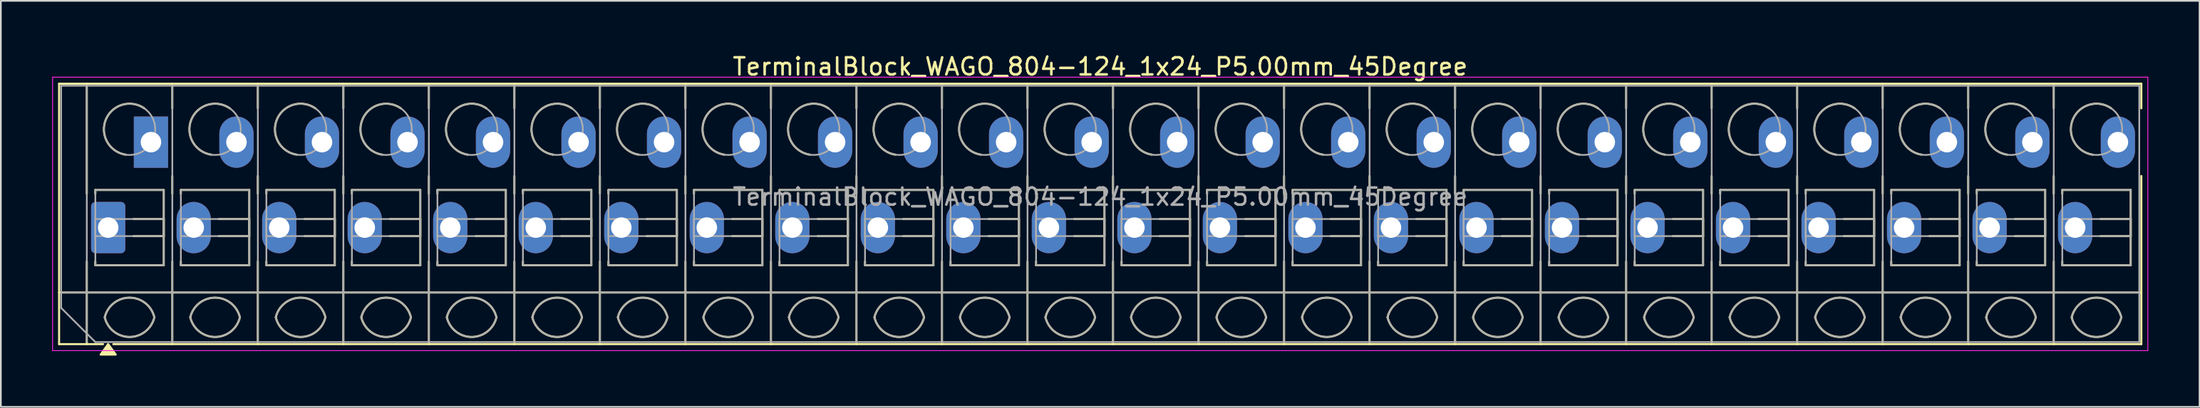
<source format=kicad_pcb>
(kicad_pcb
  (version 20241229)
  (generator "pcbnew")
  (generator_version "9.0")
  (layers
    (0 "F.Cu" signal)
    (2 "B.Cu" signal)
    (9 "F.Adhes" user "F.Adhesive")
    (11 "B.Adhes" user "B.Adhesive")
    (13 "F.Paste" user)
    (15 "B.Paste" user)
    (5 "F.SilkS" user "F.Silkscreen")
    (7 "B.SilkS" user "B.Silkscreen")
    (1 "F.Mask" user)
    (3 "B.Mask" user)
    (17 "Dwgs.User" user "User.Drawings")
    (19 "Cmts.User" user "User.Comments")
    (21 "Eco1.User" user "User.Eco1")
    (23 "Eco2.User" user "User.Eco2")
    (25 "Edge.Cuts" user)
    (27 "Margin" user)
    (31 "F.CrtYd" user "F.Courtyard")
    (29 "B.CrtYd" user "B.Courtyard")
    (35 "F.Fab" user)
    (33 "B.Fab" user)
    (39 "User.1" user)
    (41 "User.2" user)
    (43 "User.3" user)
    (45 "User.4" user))
  (footprint "TerminalBlock_WAGO_804-124_1x24_P5.00mm_45Degree"
    (layer "F.Cu")
    (at 3.275 10.268)
    (property "Reference" "TerminalBlock_WAGO_804-124_1x24_P5.00mm_45Degree" (at 58 -9.42 0) (layer "F.SilkS") (effects (font (size 1 1) (thickness 0.15))))
    (attr through_hole)
    (fp_line (start -2.87 -8.42) (end 118.87 -8.42) (stroke (width 0.12) (type solid)) (layer "F.SilkS"))
    (fp_line (start -2.87 3.8) (end 118.87 3.8) (stroke (width 0.12) (type solid)) (layer "F.SilkS"))
    (fp_line (start -2.87 6.82) (end -2.87 -8.42) (stroke (width 0.12) (type solid)) (layer "F.SilkS"))
    (fp_line (start -1.25 -8.42) (end -1.25 -1.98) (stroke (width 0.12) (type solid)) (layer "F.SilkS"))
    (fp_line (start -1.25 1.98) (end -1.25 6.82) (stroke (width 0.12) (type solid)) (layer "F.SilkS"))
    (fp_line (start -0.75 -2.2) (end 3.25 -2.2) (stroke (width 0.12) (type solid)) (layer "F.SilkS"))
    (fp_line (start -0.75 -1.98) (end -0.75 -2.2) (stroke (width 0.12) (type solid)) (layer "F.SilkS"))
    (fp_line (start -0.75 2.2) (end -0.75 1.98) (stroke (width 0.12) (type solid)) (layer "F.SilkS"))
    (fp_line (start -0.3 6.82) (end -2.87 6.82) (stroke (width 0.12) (type solid)) (layer "F.SilkS"))
    (fp_line (start 1.48 -0.5) (end 3.25 -0.5) (stroke (width 0.12) (type solid)) (layer "F.SilkS"))
    (fp_line (start 3.25 -2.2) (end 3.25 2.2) (stroke (width 0.12) (type solid)) (layer "F.SilkS"))
    (fp_line (start 3.25 -0.5) (end 3.25 0.5) (stroke (width 0.12) (type solid)) (layer "F.SilkS"))
    (fp_line (start 3.25 0.5) (end 1.48 0.5) (stroke (width 0.12) (type solid)) (layer "F.SilkS"))
    (fp_line (start 3.25 2.2) (end -0.75 2.2) (stroke (width 0.12) (type solid)) (layer "F.SilkS"))
    (fp_line (start 3.75 -8.42) (end 3.75 -6.98) (stroke (width 0.12) (type solid)) (layer "F.SilkS"))
    (fp_line (start 3.75 -3.02) (end 3.75 -1.98) (stroke (width 0.12) (type solid)) (layer "F.SilkS"))
    (fp_line (start 3.75 1.98) (end 3.75 6.82) (stroke (width 0.12) (type solid)) (layer "F.SilkS"))
    (fp_line (start 4.25 -2.2) (end 8.25 -2.2) (stroke (width 0.12) (type solid)) (layer "F.SilkS"))
    (fp_line (start 4.25 -1.98) (end 4.25 -2.2) (stroke (width 0.12) (type solid)) (layer "F.SilkS"))
    (fp_line (start 4.25 2.2) (end 4.25 1.98) (stroke (width 0.12) (type solid)) (layer "F.SilkS"))
    (fp_line (start 6.48 -0.5) (end 8.25 -0.5) (stroke (width 0.12) (type solid)) (layer "F.SilkS"))
    (fp_line (start 8.25 -2.2) (end 8.25 2.2) (stroke (width 0.12) (type solid)) (layer "F.SilkS"))
    (fp_line (start 8.25 -0.5) (end 8.25 0.5) (stroke (width 0.12) (type solid)) (layer "F.SilkS"))
    (fp_line (start 8.25 0.5) (end 6.48 0.5) (stroke (width 0.12) (type solid)) (layer "F.SilkS"))
    (fp_line (start 8.25 2.2) (end 4.25 2.2) (stroke (width 0.12) (type solid)) (layer "F.SilkS"))
    (fp_line (start 8.75 -8.42) (end 8.75 -6.98) (stroke (width 0.12) (type solid)) (layer "F.SilkS"))
    (fp_line (start 8.75 -3.02) (end 8.75 -1.98) (stroke (width 0.12) (type solid)) (layer "F.SilkS"))
    (fp_line (start 8.75 1.98) (end 8.75 6.82) (stroke (width 0.12) (type solid)) (layer "F.SilkS"))
    (fp_line (start 9.25 -2.2) (end 13.25 -2.2) (stroke (width 0.12) (type solid)) (layer "F.SilkS"))
    (fp_line (start 9.25 -1.98) (end 9.25 -2.2) (stroke (width 0.12) (type solid)) (layer "F.SilkS"))
    (fp_line (start 9.25 2.2) (end 9.25 1.98) (stroke (width 0.12) (type solid)) (layer "F.SilkS"))
    (fp_line (start 11.48 -0.5) (end 13.25 -0.5) (stroke (width 0.12) (type solid)) (layer "F.SilkS"))
    (fp_line (start 13.25 -2.2) (end 13.25 2.2) (stroke (width 0.12) (type solid)) (layer "F.SilkS"))
    (fp_line (start 13.25 -0.5) (end 13.25 0.5) (stroke (width 0.12) (type solid)) (layer "F.SilkS"))
    (fp_line (start 13.25 0.5) (end 11.48 0.5) (stroke (width 0.12) (type solid)) (layer "F.SilkS"))
    (fp_line (start 13.25 2.2) (end 9.25 2.2) (stroke (width 0.12) (type solid)) (layer "F.SilkS"))
    (fp_line (start 13.75 -8.42) (end 13.75 -6.98) (stroke (width 0.12) (type solid)) (layer "F.SilkS"))
    (fp_line (start 13.75 -3.02) (end 13.75 -1.98) (stroke (width 0.12) (type solid)) (layer "F.SilkS"))
    (fp_line (start 13.75 1.98) (end 13.75 6.82) (stroke (width 0.12) (type solid)) (layer "F.SilkS"))
    (fp_line (start 14.25 -2.2) (end 18.25 -2.2) (stroke (width 0.12) (type solid)) (layer "F.SilkS"))
    (fp_line (start 14.25 -1.98) (end 14.25 -2.2) (stroke (width 0.12) (type solid)) (layer "F.SilkS"))
    (fp_line (start 14.25 2.2) (end 14.25 1.98) (stroke (width 0.12) (type solid)) (layer "F.SilkS"))
    (fp_line (start 16.48 -0.5) (end 18.25 -0.5) (stroke (width 0.12) (type solid)) (layer "F.SilkS"))
    (fp_line (start 18.25 -2.2) (end 18.25 2.2) (stroke (width 0.12) (type solid)) (layer "F.SilkS"))
    (fp_line (start 18.25 -0.5) (end 18.25 0.5) (stroke (width 0.12) (type solid)) (layer "F.SilkS"))
    (fp_line (start 18.25 0.5) (end 16.48 0.5) (stroke (width 0.12) (type solid)) (layer "F.SilkS"))
    (fp_line (start 18.25 2.2) (end 14.25 2.2) (stroke (width 0.12) (type solid)) (layer "F.SilkS"))
    (fp_line (start 18.75 -8.42) (end 18.75 -6.98) (stroke (width 0.12) (type solid)) (layer "F.SilkS"))
    (fp_line (start 18.75 -3.02) (end 18.75 -1.98) (stroke (width 0.12) (type solid)) (layer "F.SilkS"))
    (fp_line (start 18.75 1.98) (end 18.75 6.82) (stroke (width 0.12) (type solid)) (layer "F.SilkS"))
    (fp_line (start 19.25 -2.2) (end 23.25 -2.2) (stroke (width 0.12) (type solid)) (layer "F.SilkS"))
    (fp_line (start 19.25 -1.98) (end 19.25 -2.2) (stroke (width 0.12) (type solid)) (layer "F.SilkS"))
    (fp_line (start 19.25 2.2) (end 19.25 1.98) (stroke (width 0.12) (type solid)) (layer "F.SilkS"))
    (fp_line (start 21.48 -0.5) (end 23.25 -0.5) (stroke (width 0.12) (type solid)) (layer "F.SilkS"))
    (fp_line (start 23.25 -2.2) (end 23.25 2.2) (stroke (width 0.12) (type solid)) (layer "F.SilkS"))
    (fp_line (start 23.25 -0.5) (end 23.25 0.5) (stroke (width 0.12) (type solid)) (layer "F.SilkS"))
    (fp_line (start 23.25 0.5) (end 21.48 0.5) (stroke (width 0.12) (type solid)) (layer "F.SilkS"))
    (fp_line (start 23.25 2.2) (end 19.25 2.2) (stroke (width 0.12) (type solid)) (layer "F.SilkS"))
    (fp_line (start 23.75 -8.42) (end 23.75 -6.98) (stroke (width 0.12) (type solid)) (layer "F.SilkS"))
    (fp_line (start 23.75 -3.02) (end 23.75 -1.98) (stroke (width 0.12) (type solid)) (layer "F.SilkS"))
    (fp_line (start 23.75 1.98) (end 23.75 6.82) (stroke (width 0.12) (type solid)) (layer "F.SilkS"))
    (fp_line (start 24.25 -2.2) (end 28.25 -2.2) (stroke (width 0.12) (type solid)) (layer "F.SilkS"))
    (fp_line (start 24.25 -1.98) (end 24.25 -2.2) (stroke (width 0.12) (type solid)) (layer "F.SilkS"))
    (fp_line (start 24.25 2.2) (end 24.25 1.98) (stroke (width 0.12) (type solid)) (layer "F.SilkS"))
    (fp_line (start 26.48 -0.5) (end 28.25 -0.5) (stroke (width 0.12) (type solid)) (layer "F.SilkS"))
    (fp_line (start 28.25 -2.2) (end 28.25 2.2) (stroke (width 0.12) (type solid)) (layer "F.SilkS"))
    (fp_line (start 28.25 -0.5) (end 28.25 0.5) (stroke (width 0.12) (type solid)) (layer "F.SilkS"))
    (fp_line (start 28.25 0.5) (end 26.48 0.5) (stroke (width 0.12) (type solid)) (layer "F.SilkS"))
    (fp_line (start 28.25 2.2) (end 24.25 2.2) (stroke (width 0.12) (type solid)) (layer "F.SilkS"))
    (fp_line (start 28.75 -8.42) (end 28.75 -6.98) (stroke (width 0.12) (type solid)) (layer "F.SilkS"))
    (fp_line (start 28.75 -3.02) (end 28.75 -1.98) (stroke (width 0.12) (type solid)) (layer "F.SilkS"))
    (fp_line (start 28.75 1.98) (end 28.75 6.82) (stroke (width 0.12) (type solid)) (layer "F.SilkS"))
    (fp_line (start 29.25 -2.2) (end 33.25 -2.2) (stroke (width 0.12) (type solid)) (layer "F.SilkS"))
    (fp_line (start 29.25 -1.98) (end 29.25 -2.2) (stroke (width 0.12) (type solid)) (layer "F.SilkS"))
    (fp_line (start 29.25 2.2) (end 29.25 1.98) (stroke (width 0.12) (type solid)) (layer "F.SilkS"))
    (fp_line (start 31.48 -0.5) (end 33.25 -0.5) (stroke (width 0.12) (type solid)) (layer "F.SilkS"))
    (fp_line (start 33.25 -2.2) (end 33.25 2.2) (stroke (width 0.12) (type solid)) (layer "F.SilkS"))
    (fp_line (start 33.25 -0.5) (end 33.25 0.5) (stroke (width 0.12) (type solid)) (layer "F.SilkS"))
    (fp_line (start 33.25 0.5) (end 31.48 0.5) (stroke (width 0.12) (type solid)) (layer "F.SilkS"))
    (fp_line (start 33.25 2.2) (end 29.25 2.2) (stroke (width 0.12) (type solid)) (layer "F.SilkS"))
    (fp_line (start 33.75 -8.42) (end 33.75 -6.98) (stroke (width 0.12) (type solid)) (layer "F.SilkS"))
    (fp_line (start 33.75 -3.02) (end 33.75 -1.98) (stroke (width 0.12) (type solid)) (layer "F.SilkS"))
    (fp_line (start 33.75 1.98) (end 33.75 6.82) (stroke (width 0.12) (type solid)) (layer "F.SilkS"))
    (fp_line (start 34.25 -2.2) (end 38.25 -2.2) (stroke (width 0.12) (type solid)) (layer "F.SilkS"))
    (fp_line (start 34.25 -1.98) (end 34.25 -2.2) (stroke (width 0.12) (type solid)) (layer "F.SilkS"))
    (fp_line (start 34.25 2.2) (end 34.25 1.98) (stroke (width 0.12) (type solid)) (layer "F.SilkS"))
    (fp_line (start 36.48 -0.5) (end 38.25 -0.5) (stroke (width 0.12) (type solid)) (layer "F.SilkS"))
    (fp_line (start 38.25 -2.2) (end 38.25 2.2) (stroke (width 0.12) (type solid)) (layer "F.SilkS"))
    (fp_line (start 38.25 -0.5) (end 38.25 0.5) (stroke (width 0.12) (type solid)) (layer "F.SilkS"))
    (fp_line (start 38.25 0.5) (end 36.48 0.5) (stroke (width 0.12) (type solid)) (layer "F.SilkS"))
    (fp_line (start 38.25 2.2) (end 34.25 2.2) (stroke (width 0.12) (type solid)) (layer "F.SilkS"))
    (fp_line (start 38.75 -8.42) (end 38.75 -6.98) (stroke (width 0.12) (type solid)) (layer "F.SilkS"))
    (fp_line (start 38.75 -3.02) (end 38.75 -1.98) (stroke (width 0.12) (type solid)) (layer "F.SilkS"))
    (fp_line (start 38.75 1.98) (end 38.75 6.82) (stroke (width 0.12) (type solid)) (layer "F.SilkS"))
    (fp_line (start 39.25 -2.2) (end 43.25 -2.2) (stroke (width 0.12) (type solid)) (layer "F.SilkS"))
    (fp_line (start 39.25 -1.98) (end 39.25 -2.2) (stroke (width 0.12) (type solid)) (layer "F.SilkS"))
    (fp_line (start 39.25 2.2) (end 39.25 1.98) (stroke (width 0.12) (type solid)) (layer "F.SilkS"))
    (fp_line (start 41.48 -0.5) (end 43.25 -0.5) (stroke (width 0.12) (type solid)) (layer "F.SilkS"))
    (fp_line (start 43.25 -2.2) (end 43.25 2.2) (stroke (width 0.12) (type solid)) (layer "F.SilkS"))
    (fp_line (start 43.25 -0.5) (end 43.25 0.5) (stroke (width 0.12) (type solid)) (layer "F.SilkS"))
    (fp_line (start 43.25 0.5) (end 41.48 0.5) (stroke (width 0.12) (type solid)) (layer "F.SilkS"))
    (fp_line (start 43.25 2.2) (end 39.25 2.2) (stroke (width 0.12) (type solid)) (layer "F.SilkS"))
    (fp_line (start 43.75 -8.42) (end 43.75 -6.98) (stroke (width 0.12) (type solid)) (layer "F.SilkS"))
    (fp_line (start 43.75 -3.02) (end 43.75 -1.98) (stroke (width 0.12) (type solid)) (layer "F.SilkS"))
    (fp_line (start 43.75 1.98) (end 43.75 6.82) (stroke (width 0.12) (type solid)) (layer "F.SilkS"))
    (fp_line (start 44.25 -2.2) (end 48.25 -2.2) (stroke (width 0.12) (type solid)) (layer "F.SilkS"))
    (fp_line (start 44.25 -1.98) (end 44.25 -2.2) (stroke (width 0.12) (type solid)) (layer "F.SilkS"))
    (fp_line (start 44.25 2.2) (end 44.25 1.98) (stroke (width 0.12) (type solid)) (layer "F.SilkS"))
    (fp_line (start 46.48 -0.5) (end 48.25 -0.5) (stroke (width 0.12) (type solid)) (layer "F.SilkS"))
    (fp_line (start 48.25 -2.2) (end 48.25 2.2) (stroke (width 0.12) (type solid)) (layer "F.SilkS"))
    (fp_line (start 48.25 -0.5) (end 48.25 0.5) (stroke (width 0.12) (type solid)) (layer "F.SilkS"))
    (fp_line (start 48.25 0.5) (end 46.48 0.5) (stroke (width 0.12) (type solid)) (layer "F.SilkS"))
    (fp_line (start 48.25 2.2) (end 44.25 2.2) (stroke (width 0.12) (type solid)) (layer "F.SilkS"))
    (fp_line (start 48.75 -8.42) (end 48.75 -6.98) (stroke (width 0.12) (type solid)) (layer "F.SilkS"))
    (fp_line (start 48.75 -3.02) (end 48.75 -1.98) (stroke (width 0.12) (type solid)) (layer "F.SilkS"))
    (fp_line (start 48.75 1.98) (end 48.75 6.82) (stroke (width 0.12) (type solid)) (layer "F.SilkS"))
    (fp_line (start 49.25 -2.2) (end 53.25 -2.2) (stroke (width 0.12) (type solid)) (layer "F.SilkS"))
    (fp_line (start 49.25 -1.98) (end 49.25 -2.2) (stroke (width 0.12) (type solid)) (layer "F.SilkS"))
    (fp_line (start 49.25 2.2) (end 49.25 1.98) (stroke (width 0.12) (type solid)) (layer "F.SilkS"))
    (fp_line (start 51.48 -0.5) (end 53.25 -0.5) (stroke (width 0.12) (type solid)) (layer "F.SilkS"))
    (fp_line (start 53.25 -2.2) (end 53.25 2.2) (stroke (width 0.12) (type solid)) (layer "F.SilkS"))
    (fp_line (start 53.25 -0.5) (end 53.25 0.5) (stroke (width 0.12) (type solid)) (layer "F.SilkS"))
    (fp_line (start 53.25 0.5) (end 51.48 0.5) (stroke (width 0.12) (type solid)) (layer "F.SilkS"))
    (fp_line (start 53.25 2.2) (end 49.25 2.2) (stroke (width 0.12) (type solid)) (layer "F.SilkS"))
    (fp_line (start 53.75 -8.42) (end 53.75 -6.98) (stroke (width 0.12) (type solid)) (layer "F.SilkS"))
    (fp_line (start 53.75 -3.02) (end 53.75 -1.98) (stroke (width 0.12) (type solid)) (layer "F.SilkS"))
    (fp_line (start 53.75 1.98) (end 53.75 6.82) (stroke (width 0.12) (type solid)) (layer "F.SilkS"))
    (fp_line (start 54.25 -2.2) (end 58.25 -2.2) (stroke (width 0.12) (type solid)) (layer "F.SilkS"))
    (fp_line (start 54.25 -1.98) (end 54.25 -2.2) (stroke (width 0.12) (type solid)) (layer "F.SilkS"))
    (fp_line (start 54.25 2.2) (end 54.25 1.98) (stroke (width 0.12) (type solid)) (layer "F.SilkS"))
    (fp_line (start 56.48 -0.5) (end 58.25 -0.5) (stroke (width 0.12) (type solid)) (layer "F.SilkS"))
    (fp_line (start 58.25 -2.2) (end 58.25 2.2) (stroke (width 0.12) (type solid)) (layer "F.SilkS"))
    (fp_line (start 58.25 -0.5) (end 58.25 0.5) (stroke (width 0.12) (type solid)) (layer "F.SilkS"))
    (fp_line (start 58.25 0.5) (end 56.48 0.5) (stroke (width 0.12) (type solid)) (layer "F.SilkS"))
    (fp_line (start 58.25 2.2) (end 54.25 2.2) (stroke (width 0.12) (type solid)) (layer "F.SilkS"))
    (fp_line (start 58.75 -8.42) (end 58.75 -6.98) (stroke (width 0.12) (type solid)) (layer "F.SilkS"))
    (fp_line (start 58.75 -3.02) (end 58.75 -1.98) (stroke (width 0.12) (type solid)) (layer "F.SilkS"))
    (fp_line (start 58.75 1.98) (end 58.75 6.82) (stroke (width 0.12) (type solid)) (layer "F.SilkS"))
    (fp_line (start 59.25 -2.2) (end 63.25 -2.2) (stroke (width 0.12) (type solid)) (layer "F.SilkS"))
    (fp_line (start 59.25 -1.98) (end 59.25 -2.2) (stroke (width 0.12) (type solid)) (layer "F.SilkS"))
    (fp_line (start 59.25 2.2) (end 59.25 1.98) (stroke (width 0.12) (type solid)) (layer "F.SilkS"))
    (fp_line (start 61.48 -0.5) (end 63.25 -0.5) (stroke (width 0.12) (type solid)) (layer "F.SilkS"))
    (fp_line (start 63.25 -2.2) (end 63.25 2.2) (stroke (width 0.12) (type solid)) (layer "F.SilkS"))
    (fp_line (start 63.25 -0.5) (end 63.25 0.5) (stroke (width 0.12) (type solid)) (layer "F.SilkS"))
    (fp_line (start 63.25 0.5) (end 61.48 0.5) (stroke (width 0.12) (type solid)) (layer "F.SilkS"))
    (fp_line (start 63.25 2.2) (end 59.25 2.2) (stroke (width 0.12) (type solid)) (layer "F.SilkS"))
    (fp_line (start 63.75 -8.42) (end 63.75 -6.98) (stroke (width 0.12) (type solid)) (layer "F.SilkS"))
    (fp_line (start 63.75 -3.02) (end 63.75 -1.98) (stroke (width 0.12) (type solid)) (layer "F.SilkS"))
    (fp_line (start 63.75 1.98) (end 63.75 6.82) (stroke (width 0.12) (type solid)) (layer "F.SilkS"))
    (fp_line (start 64.25 -2.2) (end 68.25 -2.2) (stroke (width 0.12) (type solid)) (layer "F.SilkS"))
    (fp_line (start 64.25 -1.98) (end 64.25 -2.2) (stroke (width 0.12) (type solid)) (layer "F.SilkS"))
    (fp_line (start 64.25 2.2) (end 64.25 1.98) (stroke (width 0.12) (type solid)) (layer "F.SilkS"))
    (fp_line (start 66.48 -0.5) (end 68.25 -0.5) (stroke (width 0.12) (type solid)) (layer "F.SilkS"))
    (fp_line (start 68.25 -2.2) (end 68.25 2.2) (stroke (width 0.12) (type solid)) (layer "F.SilkS"))
    (fp_line (start 68.25 -0.5) (end 68.25 0.5) (stroke (width 0.12) (type solid)) (layer "F.SilkS"))
    (fp_line (start 68.25 0.5) (end 66.48 0.5) (stroke (width 0.12) (type solid)) (layer "F.SilkS"))
    (fp_line (start 68.25 2.2) (end 64.25 2.2) (stroke (width 0.12) (type solid)) (layer "F.SilkS"))
    (fp_line (start 68.75 -8.42) (end 68.75 -6.98) (stroke (width 0.12) (type solid)) (layer "F.SilkS"))
    (fp_line (start 68.75 -3.02) (end 68.75 -1.98) (stroke (width 0.12) (type solid)) (layer "F.SilkS"))
    (fp_line (start 68.75 1.98) (end 68.75 6.82) (stroke (width 0.12) (type solid)) (layer "F.SilkS"))
    (fp_line (start 69.25 -2.2) (end 73.25 -2.2) (stroke (width 0.12) (type solid)) (layer "F.SilkS"))
    (fp_line (start 69.25 -1.98) (end 69.25 -2.2) (stroke (width 0.12) (type solid)) (layer "F.SilkS"))
    (fp_line (start 69.25 2.2) (end 69.25 1.98) (stroke (width 0.12) (type solid)) (layer "F.SilkS"))
    (fp_line (start 71.48 -0.5) (end 73.25 -0.5) (stroke (width 0.12) (type solid)) (layer "F.SilkS"))
    (fp_line (start 73.25 -2.2) (end 73.25 2.2) (stroke (width 0.12) (type solid)) (layer "F.SilkS"))
    (fp_line (start 73.25 -0.5) (end 73.25 0.5) (stroke (width 0.12) (type solid)) (layer "F.SilkS"))
    (fp_line (start 73.25 0.5) (end 71.48 0.5) (stroke (width 0.12) (type solid)) (layer "F.SilkS"))
    (fp_line (start 73.25 2.2) (end 69.25 2.2) (stroke (width 0.12) (type solid)) (layer "F.SilkS"))
    (fp_line (start 73.75 -8.42) (end 73.75 -6.98) (stroke (width 0.12) (type solid)) (layer "F.SilkS"))
    (fp_line (start 73.75 -3.02) (end 73.75 -1.98) (stroke (width 0.12) (type solid)) (layer "F.SilkS"))
    (fp_line (start 73.75 1.98) (end 73.75 6.82) (stroke (width 0.12) (type solid)) (layer "F.SilkS"))
    (fp_line (start 74.25 -2.2) (end 78.25 -2.2) (stroke (width 0.12) (type solid)) (layer "F.SilkS"))
    (fp_line (start 74.25 -1.98) (end 74.25 -2.2) (stroke (width 0.12) (type solid)) (layer "F.SilkS"))
    (fp_line (start 74.25 2.2) (end 74.25 1.98) (stroke (width 0.12) (type solid)) (layer "F.SilkS"))
    (fp_line (start 76.48 -0.5) (end 78.25 -0.5) (stroke (width 0.12) (type solid)) (layer "F.SilkS"))
    (fp_line (start 78.25 -2.2) (end 78.25 2.2) (stroke (width 0.12) (type solid)) (layer "F.SilkS"))
    (fp_line (start 78.25 -0.5) (end 78.25 0.5) (stroke (width 0.12) (type solid)) (layer "F.SilkS"))
    (fp_line (start 78.25 0.5) (end 76.48 0.5) (stroke (width 0.12) (type solid)) (layer "F.SilkS"))
    (fp_line (start 78.25 2.2) (end 74.25 2.2) (stroke (width 0.12) (type solid)) (layer "F.SilkS"))
    (fp_line (start 78.75 -8.42) (end 78.75 -6.98) (stroke (width 0.12) (type solid)) (layer "F.SilkS"))
    (fp_line (start 78.75 -3.02) (end 78.75 -1.98) (stroke (width 0.12) (type solid)) (layer "F.SilkS"))
    (fp_line (start 78.75 1.98) (end 78.75 6.82) (stroke (width 0.12) (type solid)) (layer "F.SilkS"))
    (fp_line (start 79.25 -2.2) (end 83.25 -2.2) (stroke (width 0.12) (type solid)) (layer "F.SilkS"))
    (fp_line (start 79.25 -1.98) (end 79.25 -2.2) (stroke (width 0.12) (type solid)) (layer "F.SilkS"))
    (fp_line (start 79.25 2.2) (end 79.25 1.98) (stroke (width 0.12) (type solid)) (layer "F.SilkS"))
    (fp_line (start 81.48 -0.5) (end 83.25 -0.5) (stroke (width 0.12) (type solid)) (layer "F.SilkS"))
    (fp_line (start 83.25 -2.2) (end 83.25 2.2) (stroke (width 0.12) (type solid)) (layer "F.SilkS"))
    (fp_line (start 83.25 -0.5) (end 83.25 0.5) (stroke (width 0.12) (type solid)) (layer "F.SilkS"))
    (fp_line (start 83.25 0.5) (end 81.48 0.5) (stroke (width 0.12) (type solid)) (layer "F.SilkS"))
    (fp_line (start 83.25 2.2) (end 79.25 2.2) (stroke (width 0.12) (type solid)) (layer "F.SilkS"))
    (fp_line (start 83.75 -8.42) (end 83.75 -6.98) (stroke (width 0.12) (type solid)) (layer "F.SilkS"))
    (fp_line (start 83.75 -3.02) (end 83.75 -1.98) (stroke (width 0.12) (type solid)) (layer "F.SilkS"))
    (fp_line (start 83.75 1.98) (end 83.75 6.82) (stroke (width 0.12) (type solid)) (layer "F.SilkS"))
    (fp_line (start 84.25 -2.2) (end 88.25 -2.2) (stroke (width 0.12) (type solid)) (layer "F.SilkS"))
    (fp_line (start 84.25 -1.98) (end 84.25 -2.2) (stroke (width 0.12) (type solid)) (layer "F.SilkS"))
    (fp_line (start 84.25 2.2) (end 84.25 1.98) (stroke (width 0.12) (type solid)) (layer "F.SilkS"))
    (fp_line (start 86.48 -0.5) (end 88.25 -0.5) (stroke (width 0.12) (type solid)) (layer "F.SilkS"))
    (fp_line (start 88.25 -2.2) (end 88.25 2.2) (stroke (width 0.12) (type solid)) (layer "F.SilkS"))
    (fp_line (start 88.25 -0.5) (end 88.25 0.5) (stroke (width 0.12) (type solid)) (layer "F.SilkS"))
    (fp_line (start 88.25 0.5) (end 86.48 0.5) (stroke (width 0.12) (type solid)) (layer "F.SilkS"))
    (fp_line (start 88.25 2.2) (end 84.25 2.2) (stroke (width 0.12) (type solid)) (layer "F.SilkS"))
    (fp_line (start 88.75 -8.42) (end 88.75 -6.98) (stroke (width 0.12) (type solid)) (layer "F.SilkS"))
    (fp_line (start 88.75 -3.02) (end 88.75 -1.98) (stroke (width 0.12) (type solid)) (layer "F.SilkS"))
    (fp_line (start 88.75 1.98) (end 88.75 6.82) (stroke (width 0.12) (type solid)) (layer "F.SilkS"))
    (fp_line (start 89.25 -2.2) (end 93.25 -2.2) (stroke (width 0.12) (type solid)) (layer "F.SilkS"))
    (fp_line (start 89.25 -1.98) (end 89.25 -2.2) (stroke (width 0.12) (type solid)) (layer "F.SilkS"))
    (fp_line (start 89.25 2.2) (end 89.25 1.98) (stroke (width 0.12) (type solid)) (layer "F.SilkS"))
    (fp_line (start 91.48 -0.5) (end 93.25 -0.5) (stroke (width 0.12) (type solid)) (layer "F.SilkS"))
    (fp_line (start 93.25 -2.2) (end 93.25 2.2) (stroke (width 0.12) (type solid)) (layer "F.SilkS"))
    (fp_line (start 93.25 -0.5) (end 93.25 0.5) (stroke (width 0.12) (type solid)) (layer "F.SilkS"))
    (fp_line (start 93.25 0.5) (end 91.48 0.5) (stroke (width 0.12) (type solid)) (layer "F.SilkS"))
    (fp_line (start 93.25 2.2) (end 89.25 2.2) (stroke (width 0.12) (type solid)) (layer "F.SilkS"))
    (fp_line (start 93.75 -8.42) (end 93.75 -6.98) (stroke (width 0.12) (type solid)) (layer "F.SilkS"))
    (fp_line (start 93.75 -3.02) (end 93.75 -1.98) (stroke (width 0.12) (type solid)) (layer "F.SilkS"))
    (fp_line (start 93.75 1.98) (end 93.75 6.82) (stroke (width 0.12) (type solid)) (layer "F.SilkS"))
    (fp_line (start 94.25 -2.2) (end 98.25 -2.2) (stroke (width 0.12) (type solid)) (layer "F.SilkS"))
    (fp_line (start 94.25 -1.98) (end 94.25 -2.2) (stroke (width 0.12) (type solid)) (layer "F.SilkS"))
    (fp_line (start 94.25 2.2) (end 94.25 1.98) (stroke (width 0.12) (type solid)) (layer "F.SilkS"))
    (fp_line (start 96.48 -0.5) (end 98.25 -0.5) (stroke (width 0.12) (type solid)) (layer "F.SilkS"))
    (fp_line (start 98.25 -2.2) (end 98.25 2.2) (stroke (width 0.12) (type solid)) (layer "F.SilkS"))
    (fp_line (start 98.25 -0.5) (end 98.25 0.5) (stroke (width 0.12) (type solid)) (layer "F.SilkS"))
    (fp_line (start 98.25 0.5) (end 96.48 0.5) (stroke (width 0.12) (type solid)) (layer "F.SilkS"))
    (fp_line (start 98.25 2.2) (end 94.25 2.2) (stroke (width 0.12) (type solid)) (layer "F.SilkS"))
    (fp_line (start 98.75 -8.42) (end 98.75 -6.98) (stroke (width 0.12) (type solid)) (layer "F.SilkS"))
    (fp_line (start 98.75 -3.02) (end 98.75 -1.98) (stroke (width 0.12) (type solid)) (layer "F.SilkS"))
    (fp_line (start 98.75 1.98) (end 98.75 6.82) (stroke (width 0.12) (type solid)) (layer "F.SilkS"))
    (fp_line (start 99.25 -2.2) (end 103.25 -2.2) (stroke (width 0.12) (type solid)) (layer "F.SilkS"))
    (fp_line (start 99.25 -1.98) (end 99.25 -2.2) (stroke (width 0.12) (type solid)) (layer "F.SilkS"))
    (fp_line (start 99.25 2.2) (end 99.25 1.98) (stroke (width 0.12) (type solid)) (layer "F.SilkS"))
    (fp_line (start 101.48 -0.5) (end 103.25 -0.5) (stroke (width 0.12) (type solid)) (layer "F.SilkS"))
    (fp_line (start 103.25 -2.2) (end 103.25 2.2) (stroke (width 0.12) (type solid)) (layer "F.SilkS"))
    (fp_line (start 103.25 -0.5) (end 103.25 0.5) (stroke (width 0.12) (type solid)) (layer "F.SilkS"))
    (fp_line (start 103.25 0.5) (end 101.48 0.5) (stroke (width 0.12) (type solid)) (layer "F.SilkS"))
    (fp_line (start 103.25 2.2) (end 99.25 2.2) (stroke (width 0.12) (type solid)) (layer "F.SilkS"))
    (fp_line (start 103.75 -8.42) (end 103.75 -6.98) (stroke (width 0.12) (type solid)) (layer "F.SilkS"))
    (fp_line (start 103.75 -3.02) (end 103.75 -1.98) (stroke (width 0.12) (type solid)) (layer "F.SilkS"))
    (fp_line (start 103.75 1.98) (end 103.75 6.82) (stroke (width 0.12) (type solid)) (layer "F.SilkS"))
    (fp_line (start 104.25 -2.2) (end 108.25 -2.2) (stroke (width 0.12) (type solid)) (layer "F.SilkS"))
    (fp_line (start 104.25 -1.98) (end 104.25 -2.2) (stroke (width 0.12) (type solid)) (layer "F.SilkS"))
    (fp_line (start 104.25 2.2) (end 104.25 1.98) (stroke (width 0.12) (type solid)) (layer "F.SilkS"))
    (fp_line (start 106.48 -0.5) (end 108.25 -0.5) (stroke (width 0.12) (type solid)) (layer "F.SilkS"))
    (fp_line (start 108.25 -2.2) (end 108.25 2.2) (stroke (width 0.12) (type solid)) (layer "F.SilkS"))
    (fp_line (start 108.25 -0.5) (end 108.25 0.5) (stroke (width 0.12) (type solid)) (layer "F.SilkS"))
    (fp_line (start 108.25 0.5) (end 106.48 0.5) (stroke (width 0.12) (type solid)) (layer "F.SilkS"))
    (fp_line (start 108.25 2.2) (end 104.25 2.2) (stroke (width 0.12) (type solid)) (layer "F.SilkS"))
    (fp_line (start 108.75 -8.42) (end 108.75 -6.98) (stroke (width 0.12) (type solid)) (layer "F.SilkS"))
    (fp_line (start 108.75 -3.02) (end 108.75 -1.98) (stroke (width 0.12) (type solid)) (layer "F.SilkS"))
    (fp_line (start 108.75 1.98) (end 108.75 6.82) (stroke (width 0.12) (type solid)) (layer "F.SilkS"))
    (fp_line (start 109.25 -2.2) (end 113.25 -2.2) (stroke (width 0.12) (type solid)) (layer "F.SilkS"))
    (fp_line (start 109.25 -1.98) (end 109.25 -2.2) (stroke (width 0.12) (type solid)) (layer "F.SilkS"))
    (fp_line (start 109.25 2.2) (end 109.25 1.98) (stroke (width 0.12) (type solid)) (layer "F.SilkS"))
    (fp_line (start 111.48 -0.5) (end 113.25 -0.5) (stroke (width 0.12) (type solid)) (layer "F.SilkS"))
    (fp_line (start 113.25 -2.2) (end 113.25 2.2) (stroke (width 0.12) (type solid)) (layer "F.SilkS"))
    (fp_line (start 113.25 -0.5) (end 113.25 0.5) (stroke (width 0.12) (type solid)) (layer "F.SilkS"))
    (fp_line (start 113.25 0.5) (end 111.48 0.5) (stroke (width 0.12) (type solid)) (layer "F.SilkS"))
    (fp_line (start 113.25 2.2) (end 109.25 2.2) (stroke (width 0.12) (type solid)) (layer "F.SilkS"))
    (fp_line (start 113.75 -8.42) (end 113.75 -6.98) (stroke (width 0.12) (type solid)) (layer "F.SilkS"))
    (fp_line (start 113.75 -3.02) (end 113.75 -1.98) (stroke (width 0.12) (type solid)) (layer "F.SilkS"))
    (fp_line (start 113.75 1.98) (end 113.75 6.82) (stroke (width 0.12) (type solid)) (layer "F.SilkS"))
    (fp_line (start 114.25 -2.2) (end 118.25 -2.2) (stroke (width 0.12) (type solid)) (layer "F.SilkS"))
    (fp_line (start 114.25 -1.98) (end 114.25 -2.2) (stroke (width 0.12) (type solid)) (layer "F.SilkS"))
    (fp_line (start 114.25 2.2) (end 114.25 1.98) (stroke (width 0.12) (type solid)) (layer "F.SilkS"))
    (fp_line (start 116.48 -0.5) (end 118.25 -0.5) (stroke (width 0.12) (type solid)) (layer "F.SilkS"))
    (fp_line (start 118.25 -2.2) (end 118.25 2.2) (stroke (width 0.12) (type solid)) (layer "F.SilkS"))
    (fp_line (start 118.25 -0.5) (end 118.25 0.5) (stroke (width 0.12) (type solid)) (layer "F.SilkS"))
    (fp_line (start 118.25 0.5) (end 116.48 0.5) (stroke (width 0.12) (type solid)) (layer "F.SilkS"))
    (fp_line (start 118.25 2.2) (end 114.25 2.2) (stroke (width 0.12) (type solid)) (layer "F.SilkS"))
    (fp_line (start 118.87 -8.42) (end 118.87 -6.98) (stroke (width 0.12) (type solid)) (layer "F.SilkS"))
    (fp_line (start 118.87 -3.02) (end 118.87 6.82) (stroke (width 0.12) (type solid)) (layer "F.SilkS"))
    (fp_line (start 118.87 6.82) (end 0.3 6.82) (stroke (width 0.12) (type solid)) (layer "F.SilkS"))
    (fp_arc (start -0.2 5.25) (mid 1.25 4.1) (end 2.7 5.25) (stroke (width 0.12) (type solid)) (layer "F.SilkS"))
    (fp_arc (start 1.02 -4.268) (mid -0.141916 -6.309209) (end 2.109 -6.98) (stroke (width 0.12) (type solid)) (layer "F.SilkS"))
    (fp_arc (start 2.7 5.25) (mid 1.25 6.4) (end -0.2 5.25) (stroke (width 0.12) (type solid)) (layer "F.SilkS"))
    (fp_arc (start 4.8 5.25) (mid 6.25 4.1) (end 7.7 5.25) (stroke (width 0.12) (type solid)) (layer "F.SilkS"))
    (fp_arc (start 6.02 -4.268) (mid 4.858084 -6.309209) (end 7.109 -6.98) (stroke (width 0.12) (type solid)) (layer "F.SilkS"))
    (fp_arc (start 7.7 5.25) (mid 6.25 6.4) (end 4.8 5.25) (stroke (width 0.12) (type solid)) (layer "F.SilkS"))
    (fp_arc (start 9.8 5.25) (mid 11.25 4.1) (end 12.7 5.25) (stroke (width 0.12) (type solid)) (layer "F.SilkS"))
    (fp_arc (start 11.02 -4.268) (mid 9.858084 -6.309209) (end 12.109 -6.98) (stroke (width 0.12) (type solid)) (layer "F.SilkS"))
    (fp_arc (start 12.7 5.25) (mid 11.25 6.4) (end 9.8 5.25) (stroke (width 0.12) (type solid)) (layer "F.SilkS"))
    (fp_arc (start 14.8 5.25) (mid 16.25 4.1) (end 17.7 5.25) (stroke (width 0.12) (type solid)) (layer "F.SilkS"))
    (fp_arc (start 16.02 -4.268) (mid 14.858084 -6.309209) (end 17.109 -6.98) (stroke (width 0.12) (type solid)) (layer "F.SilkS"))
    (fp_arc (start 17.7 5.25) (mid 16.25 6.4) (end 14.8 5.25) (stroke (width 0.12) (type solid)) (layer "F.SilkS"))
    (fp_arc (start 19.8 5.25) (mid 21.25 4.1) (end 22.7 5.25) (stroke (width 0.12) (type solid)) (layer "F.SilkS"))
    (fp_arc (start 21.02 -4.268) (mid 19.858084 -6.309209) (end 22.109 -6.98) (stroke (width 0.12) (type solid)) (layer "F.SilkS"))
    (fp_arc (start 22.7 5.25) (mid 21.25 6.4) (end 19.8 5.25) (stroke (width 0.12) (type solid)) (layer "F.SilkS"))
    (fp_arc (start 24.8 5.25) (mid 26.25 4.1) (end 27.7 5.25) (stroke (width 0.12) (type solid)) (layer "F.SilkS"))
    (fp_arc (start 26.02 -4.268) (mid 24.858084 -6.309209) (end 27.109 -6.98) (stroke (width 0.12) (type solid)) (layer "F.SilkS"))
    (fp_arc (start 27.7 5.25) (mid 26.25 6.4) (end 24.8 5.25) (stroke (width 0.12) (type solid)) (layer "F.SilkS"))
    (fp_arc (start 29.8 5.25) (mid 31.25 4.1) (end 32.7 5.25) (stroke (width 0.12) (type solid)) (layer "F.SilkS"))
    (fp_arc (start 31.02 -4.268) (mid 29.858084 -6.309209) (end 32.109 -6.98) (stroke (width 0.12) (type solid)) (layer "F.SilkS"))
    (fp_arc (start 32.7 5.25) (mid 31.25 6.4) (end 29.8 5.25) (stroke (width 0.12) (type solid)) (layer "F.SilkS"))
    (fp_arc (start 34.8 5.25) (mid 36.25 4.1) (end 37.7 5.25) (stroke (width 0.12) (type solid)) (layer "F.SilkS"))
    (fp_arc (start 36.02 -4.268) (mid 34.858084 -6.309209) (end 37.109 -6.98) (stroke (width 0.12) (type solid)) (layer "F.SilkS"))
    (fp_arc (start 37.7 5.25) (mid 36.25 6.4) (end 34.8 5.25) (stroke (width 0.12) (type solid)) (layer "F.SilkS"))
    (fp_arc (start 39.8 5.25) (mid 41.25 4.1) (end 42.7 5.25) (stroke (width 0.12) (type solid)) (layer "F.SilkS"))
    (fp_arc (start 41.02 -4.268) (mid 39.858084 -6.309209) (end 42.109 -6.98) (stroke (width 0.12) (type solid)) (layer "F.SilkS"))
    (fp_arc (start 42.7 5.25) (mid 41.25 6.4) (end 39.8 5.25) (stroke (width 0.12) (type solid)) (layer "F.SilkS"))
    (fp_arc (start 44.8 5.25) (mid 46.25 4.1) (end 47.7 5.25) (stroke (width 0.12) (type solid)) (layer "F.SilkS"))
    (fp_arc (start 46.02 -4.268) (mid 44.858084 -6.309209) (end 47.109 -6.98) (stroke (width 0.12) (type solid)) (layer "F.SilkS"))
    (fp_arc (start 47.7 5.25) (mid 46.25 6.4) (end 44.8 5.25) (stroke (width 0.12) (type solid)) (layer "F.SilkS"))
    (fp_arc (start 49.8 5.25) (mid 51.25 4.1) (end 52.7 5.25) (stroke (width 0.12) (type solid)) (layer "F.SilkS"))
    (fp_arc (start 51.02 -4.268) (mid 49.858084 -6.309209) (end 52.109 -6.98) (stroke (width 0.12) (type solid)) (layer "F.SilkS"))
    (fp_arc (start 52.7 5.25) (mid 51.25 6.4) (end 49.8 5.25) (stroke (width 0.12) (type solid)) (layer "F.SilkS"))
    (fp_arc (start 54.8 5.25) (mid 56.25 4.1) (end 57.7 5.25) (stroke (width 0.12) (type solid)) (layer "F.SilkS"))
    (fp_arc (start 56.02 -4.268) (mid 54.858084 -6.309209) (end 57.109 -6.98) (stroke (width 0.12) (type solid)) (layer "F.SilkS"))
    (fp_arc (start 57.7 5.25) (mid 56.25 6.4) (end 54.8 5.25) (stroke (width 0.12) (type solid)) (layer "F.SilkS"))
    (fp_arc (start 59.8 5.25) (mid 61.25 4.1) (end 62.7 5.25) (stroke (width 0.12) (type solid)) (layer "F.SilkS"))
    (fp_arc (start 61.02 -4.268) (mid 59.858084 -6.309209) (end 62.109 -6.98) (stroke (width 0.12) (type solid)) (layer "F.SilkS"))
    (fp_arc (start 62.7 5.25) (mid 61.25 6.4) (end 59.8 5.25) (stroke (width 0.12) (type solid)) (layer "F.SilkS"))
    (fp_arc (start 64.8 5.25) (mid 66.25 4.1) (end 67.7 5.25) (stroke (width 0.12) (type solid)) (layer "F.SilkS"))
    (fp_arc (start 66.02 -4.268) (mid 64.858084 -6.309209) (end 67.109 -6.98) (stroke (width 0.12) (type solid)) (layer "F.SilkS"))
    (fp_arc (start 67.7 5.25) (mid 66.25 6.4) (end 64.8 5.25) (stroke (width 0.12) (type solid)) (layer "F.SilkS"))
    (fp_arc (start 69.8 5.25) (mid 71.25 4.1) (end 72.7 5.25) (stroke (width 0.12) (type solid)) (layer "F.SilkS"))
    (fp_arc (start 71.02 -4.268) (mid 69.858084 -6.309209) (end 72.109 -6.98) (stroke (width 0.12) (type solid)) (layer "F.SilkS"))
    (fp_arc (start 72.7 5.25) (mid 71.25 6.4) (end 69.8 5.25) (stroke (width 0.12) (type solid)) (layer "F.SilkS"))
    (fp_arc (start 74.8 5.25) (mid 76.25 4.1) (end 77.7 5.25) (stroke (width 0.12) (type solid)) (layer "F.SilkS"))
    (fp_arc (start 76.02 -4.268) (mid 74.858084 -6.309209) (end 77.109 -6.98) (stroke (width 0.12) (type solid)) (layer "F.SilkS"))
    (fp_arc (start 77.7 5.25) (mid 76.25 6.4) (end 74.8 5.25) (stroke (width 0.12) (type solid)) (layer "F.SilkS"))
    (fp_arc (start 79.8 5.25) (mid 81.25 4.1) (end 82.7 5.25) (stroke (width 0.12) (type solid)) (layer "F.SilkS"))
    (fp_arc (start 81.02 -4.268) (mid 79.858084 -6.309209) (end 82.109 -6.98) (stroke (width 0.12) (type solid)) (layer "F.SilkS"))
    (fp_arc (start 82.7 5.25) (mid 81.25 6.4) (end 79.8 5.25) (stroke (width 0.12) (type solid)) (layer "F.SilkS"))
    (fp_arc (start 84.8 5.25) (mid 86.25 4.1) (end 87.7 5.25) (stroke (width 0.12) (type solid)) (layer "F.SilkS"))
    (fp_arc (start 86.02 -4.268) (mid 84.858084 -6.309209) (end 87.109 -6.98) (stroke (width 0.12) (type solid)) (layer "F.SilkS"))
    (fp_arc (start 87.7 5.25) (mid 86.25 6.4) (end 84.8 5.25) (stroke (width 0.12) (type solid)) (layer "F.SilkS"))
    (fp_arc (start 89.8 5.25) (mid 91.25 4.1) (end 92.7 5.25) (stroke (width 0.12) (type solid)) (layer "F.SilkS"))
    (fp_arc (start 91.02 -4.268) (mid 89.858084 -6.309209) (end 92.109 -6.98) (stroke (width 0.12) (type solid)) (layer "F.SilkS"))
    (fp_arc (start 92.7 5.25) (mid 91.25 6.4) (end 89.8 5.25) (stroke (width 0.12) (type solid)) (layer "F.SilkS"))
    (fp_arc (start 94.8 5.25) (mid 96.25 4.1) (end 97.7 5.25) (stroke (width 0.12) (type solid)) (layer "F.SilkS"))
    (fp_arc (start 96.02 -4.268) (mid 94.858084 -6.309209) (end 97.109 -6.98) (stroke (width 0.12) (type solid)) (layer "F.SilkS"))
    (fp_arc (start 97.7 5.25) (mid 96.25 6.4) (end 94.8 5.25) (stroke (width 0.12) (type solid)) (layer "F.SilkS"))
    (fp_arc (start 99.8 5.25) (mid 101.25 4.1) (end 102.7 5.25) (stroke (width 0.12) (type solid)) (layer "F.SilkS"))
    (fp_arc (start 101.02 -4.268) (mid 99.858084 -6.309209) (end 102.109 -6.98) (stroke (width 0.12) (type solid)) (layer "F.SilkS"))
    (fp_arc (start 102.7 5.25) (mid 101.25 6.4) (end 99.8 5.25) (stroke (width 0.12) (type solid)) (layer "F.SilkS"))
    (fp_arc (start 104.8 5.25) (mid 106.25 4.1) (end 107.7 5.25) (stroke (width 0.12) (type solid)) (layer "F.SilkS"))
    (fp_arc (start 106.02 -4.268) (mid 104.858084 -6.309209) (end 107.109 -6.98) (stroke (width 0.12) (type solid)) (layer "F.SilkS"))
    (fp_arc (start 107.7 5.25) (mid 106.25 6.4) (end 104.8 5.25) (stroke (width 0.12) (type solid)) (layer "F.SilkS"))
    (fp_arc (start 109.8 5.25) (mid 111.25 4.1) (end 112.7 5.25) (stroke (width 0.12) (type solid)) (layer "F.SilkS"))
    (fp_arc (start 111.02 -4.268) (mid 109.858084 -6.309209) (end 112.109 -6.98) (stroke (width 0.12) (type solid)) (layer "F.SilkS"))
    (fp_arc (start 112.7 5.25) (mid 111.25 6.4) (end 109.8 5.25) (stroke (width 0.12) (type solid)) (layer "F.SilkS"))
    (fp_arc (start 114.8 5.25) (mid 116.25 4.1) (end 117.7 5.25) (stroke (width 0.12) (type solid)) (layer "F.SilkS"))
    (fp_arc (start 116.02 -4.268) (mid 114.858084 -6.309209) (end 117.109 -6.98) (stroke (width 0.12) (type solid)) (layer "F.SilkS"))
    (fp_arc (start 117.7 5.25) (mid 116.25 6.4) (end 114.8 5.25) (stroke (width 0.12) (type solid)) (layer "F.SilkS"))
    (fp_poly (pts (xy 0 6.82) (xy 0.44 7.43) (xy -0.44 7.43)) (stroke (width 0.12) (type solid)) (fill yes) (layer "F.SilkS"))
    (fp_line (start -3.25 -8.8) (end -3.25 7.2) (stroke (width 0.05) (type solid)) (layer "F.CrtYd"))
    (fp_line (start -3.25 7.2) (end 119.25 7.2) (stroke (width 0.05) (type solid)) (layer "F.CrtYd"))
    (fp_line (start 119.25 -8.8) (end -3.25 -8.8) (stroke (width 0.05) (type solid)) (layer "F.CrtYd"))
    (fp_line (start 119.25 7.2) (end 119.25 -8.8) (stroke (width 0.05) (type solid)) (layer "F.CrtYd"))
    (fp_line (start -2.75 -8.3) (end 118.75 -8.3) (stroke (width 0.1) (type solid)) (layer "F.Fab"))
    (fp_line (start -2.75 3.8) (end 118.75 3.8) (stroke (width 0.1) (type solid)) (layer "F.Fab"))
    (fp_line (start -2.75 4.7) (end -2.75 -8.3) (stroke (width 0.1) (type solid)) (layer "F.Fab"))
    (fp_line (start -1.25 -8.3) (end -1.25 6.7) (stroke (width 0.1) (type solid)) (layer "F.Fab"))
    (fp_line (start -0.75 -2.2) (end -0.75 2.2) (stroke (width 0.1) (type solid)) (layer "F.Fab"))
    (fp_line (start -0.75 -0.5) (end -0.75 0.5) (stroke (width 0.1) (type solid)) (layer "F.Fab"))
    (fp_line (start -0.75 0.5) (end 3.25 0.5) (stroke (width 0.1) (type solid)) (layer "F.Fab"))
    (fp_line (start -0.75 2.2) (end 3.25 2.2) (stroke (width 0.1) (type solid)) (layer "F.Fab"))
    (fp_line (start -0.75 6.7) (end -2.75 4.7) (stroke (width 0.1) (type solid)) (layer "F.Fab"))
    (fp_line (start 3.25 -2.2) (end -0.75 -2.2) (stroke (width 0.1) (type solid)) (layer "F.Fab"))
    (fp_line (start 3.25 -0.5) (end -0.75 -0.5) (stroke (width 0.1) (type solid)) (layer "F.Fab"))
    (fp_line (start 3.25 0.5) (end 3.25 -0.5) (stroke (width 0.1) (type solid)) (layer "F.Fab"))
    (fp_line (start 3.25 2.2) (end 3.25 -2.2) (stroke (width 0.1) (type solid)) (layer "F.Fab"))
    (fp_line (start 3.75 -8.3) (end 3.75 6.7) (stroke (width 0.1) (type solid)) (layer "F.Fab"))
    (fp_line (start 4.25 -2.2) (end 4.25 2.2) (stroke (width 0.1) (type solid)) (layer "F.Fab"))
    (fp_line (start 4.25 -0.5) (end 4.25 0.5) (stroke (width 0.1) (type solid)) (layer "F.Fab"))
    (fp_line (start 4.25 0.5) (end 8.25 0.5) (stroke (width 0.1) (type solid)) (layer "F.Fab"))
    (fp_line (start 4.25 2.2) (end 8.25 2.2) (stroke (width 0.1) (type solid)) (layer "F.Fab"))
    (fp_line (start 8.25 -2.2) (end 4.25 -2.2) (stroke (width 0.1) (type solid)) (layer "F.Fab"))
    (fp_line (start 8.25 -0.5) (end 4.25 -0.5) (stroke (width 0.1) (type solid)) (layer "F.Fab"))
    (fp_line (start 8.25 0.5) (end 8.25 -0.5) (stroke (width 0.1) (type solid)) (layer "F.Fab"))
    (fp_line (start 8.25 2.2) (end 8.25 -2.2) (stroke (width 0.1) (type solid)) (layer "F.Fab"))
    (fp_line (start 8.75 -8.3) (end 8.75 6.7) (stroke (width 0.1) (type solid)) (layer "F.Fab"))
    (fp_line (start 9.25 -2.2) (end 9.25 2.2) (stroke (width 0.1) (type solid)) (layer "F.Fab"))
    (fp_line (start 9.25 -0.5) (end 9.25 0.5) (stroke (width 0.1) (type solid)) (layer "F.Fab"))
    (fp_line (start 9.25 0.5) (end 13.25 0.5) (stroke (width 0.1) (type solid)) (layer "F.Fab"))
    (fp_line (start 9.25 2.2) (end 13.25 2.2) (stroke (width 0.1) (type solid)) (layer "F.Fab"))
    (fp_line (start 13.25 -2.2) (end 9.25 -2.2) (stroke (width 0.1) (type solid)) (layer "F.Fab"))
    (fp_line (start 13.25 -0.5) (end 9.25 -0.5) (stroke (width 0.1) (type solid)) (layer "F.Fab"))
    (fp_line (start 13.25 0.5) (end 13.25 -0.5) (stroke (width 0.1) (type solid)) (layer "F.Fab"))
    (fp_line (start 13.25 2.2) (end 13.25 -2.2) (stroke (width 0.1) (type solid)) (layer "F.Fab"))
    (fp_line (start 13.75 -8.3) (end 13.75 6.7) (stroke (width 0.1) (type solid)) (layer "F.Fab"))
    (fp_line (start 14.25 -2.2) (end 14.25 2.2) (stroke (width 0.1) (type solid)) (layer "F.Fab"))
    (fp_line (start 14.25 -0.5) (end 14.25 0.5) (stroke (width 0.1) (type solid)) (layer "F.Fab"))
    (fp_line (start 14.25 0.5) (end 18.25 0.5) (stroke (width 0.1) (type solid)) (layer "F.Fab"))
    (fp_line (start 14.25 2.2) (end 18.25 2.2) (stroke (width 0.1) (type solid)) (layer "F.Fab"))
    (fp_line (start 18.25 -2.2) (end 14.25 -2.2) (stroke (width 0.1) (type solid)) (layer "F.Fab"))
    (fp_line (start 18.25 -0.5) (end 14.25 -0.5) (stroke (width 0.1) (type solid)) (layer "F.Fab"))
    (fp_line (start 18.25 0.5) (end 18.25 -0.5) (stroke (width 0.1) (type solid)) (layer "F.Fab"))
    (fp_line (start 18.25 2.2) (end 18.25 -2.2) (stroke (width 0.1) (type solid)) (layer "F.Fab"))
    (fp_line (start 18.75 -8.3) (end 18.75 6.7) (stroke (width 0.1) (type solid)) (layer "F.Fab"))
    (fp_line (start 19.25 -2.2) (end 19.25 2.2) (stroke (width 0.1) (type solid)) (layer "F.Fab"))
    (fp_line (start 19.25 -0.5) (end 19.25 0.5) (stroke (width 0.1) (type solid)) (layer "F.Fab"))
    (fp_line (start 19.25 0.5) (end 23.25 0.5) (stroke (width 0.1) (type solid)) (layer "F.Fab"))
    (fp_line (start 19.25 2.2) (end 23.25 2.2) (stroke (width 0.1) (type solid)) (layer "F.Fab"))
    (fp_line (start 23.25 -2.2) (end 19.25 -2.2) (stroke (width 0.1) (type solid)) (layer "F.Fab"))
    (fp_line (start 23.25 -0.5) (end 19.25 -0.5) (stroke (width 0.1) (type solid)) (layer "F.Fab"))
    (fp_line (start 23.25 0.5) (end 23.25 -0.5) (stroke (width 0.1) (type solid)) (layer "F.Fab"))
    (fp_line (start 23.25 2.2) (end 23.25 -2.2) (stroke (width 0.1) (type solid)) (layer "F.Fab"))
    (fp_line (start 23.75 -8.3) (end 23.75 6.7) (stroke (width 0.1) (type solid)) (layer "F.Fab"))
    (fp_line (start 24.25 -2.2) (end 24.25 2.2) (stroke (width 0.1) (type solid)) (layer "F.Fab"))
    (fp_line (start 24.25 -0.5) (end 24.25 0.5) (stroke (width 0.1) (type solid)) (layer "F.Fab"))
    (fp_line (start 24.25 0.5) (end 28.25 0.5) (stroke (width 0.1) (type solid)) (layer "F.Fab"))
    (fp_line (start 24.25 2.2) (end 28.25 2.2) (stroke (width 0.1) (type solid)) (layer "F.Fab"))
    (fp_line (start 28.25 -2.2) (end 24.25 -2.2) (stroke (width 0.1) (type solid)) (layer "F.Fab"))
    (fp_line (start 28.25 -0.5) (end 24.25 -0.5) (stroke (width 0.1) (type solid)) (layer "F.Fab"))
    (fp_line (start 28.25 0.5) (end 28.25 -0.5) (stroke (width 0.1) (type solid)) (layer "F.Fab"))
    (fp_line (start 28.25 2.2) (end 28.25 -2.2) (stroke (width 0.1) (type solid)) (layer "F.Fab"))
    (fp_line (start 28.75 -8.3) (end 28.75 6.7) (stroke (width 0.1) (type solid)) (layer "F.Fab"))
    (fp_line (start 29.25 -2.2) (end 29.25 2.2) (stroke (width 0.1) (type solid)) (layer "F.Fab"))
    (fp_line (start 29.25 -0.5) (end 29.25 0.5) (stroke (width 0.1) (type solid)) (layer "F.Fab"))
    (fp_line (start 29.25 0.5) (end 33.25 0.5) (stroke (width 0.1) (type solid)) (layer "F.Fab"))
    (fp_line (start 29.25 2.2) (end 33.25 2.2) (stroke (width 0.1) (type solid)) (layer "F.Fab"))
    (fp_line (start 33.25 -2.2) (end 29.25 -2.2) (stroke (width 0.1) (type solid)) (layer "F.Fab"))
    (fp_line (start 33.25 -0.5) (end 29.25 -0.5) (stroke (width 0.1) (type solid)) (layer "F.Fab"))
    (fp_line (start 33.25 0.5) (end 33.25 -0.5) (stroke (width 0.1) (type solid)) (layer "F.Fab"))
    (fp_line (start 33.25 2.2) (end 33.25 -2.2) (stroke (width 0.1) (type solid)) (layer "F.Fab"))
    (fp_line (start 33.75 -8.3) (end 33.75 6.7) (stroke (width 0.1) (type solid)) (layer "F.Fab"))
    (fp_line (start 34.25 -2.2) (end 34.25 2.2) (stroke (width 0.1) (type solid)) (layer "F.Fab"))
    (fp_line (start 34.25 -0.5) (end 34.25 0.5) (stroke (width 0.1) (type solid)) (layer "F.Fab"))
    (fp_line (start 34.25 0.5) (end 38.25 0.5) (stroke (width 0.1) (type solid)) (layer "F.Fab"))
    (fp_line (start 34.25 2.2) (end 38.25 2.2) (stroke (width 0.1) (type solid)) (layer "F.Fab"))
    (fp_line (start 38.25 -2.2) (end 34.25 -2.2) (stroke (width 0.1) (type solid)) (layer "F.Fab"))
    (fp_line (start 38.25 -0.5) (end 34.25 -0.5) (stroke (width 0.1) (type solid)) (layer "F.Fab"))
    (fp_line (start 38.25 0.5) (end 38.25 -0.5) (stroke (width 0.1) (type solid)) (layer "F.Fab"))
    (fp_line (start 38.25 2.2) (end 38.25 -2.2) (stroke (width 0.1) (type solid)) (layer "F.Fab"))
    (fp_line (start 38.75 -8.3) (end 38.75 6.7) (stroke (width 0.1) (type solid)) (layer "F.Fab"))
    (fp_line (start 39.25 -2.2) (end 39.25 2.2) (stroke (width 0.1) (type solid)) (layer "F.Fab"))
    (fp_line (start 39.25 -0.5) (end 39.25 0.5) (stroke (width 0.1) (type solid)) (layer "F.Fab"))
    (fp_line (start 39.25 0.5) (end 43.25 0.5) (stroke (width 0.1) (type solid)) (layer "F.Fab"))
    (fp_line (start 39.25 2.2) (end 43.25 2.2) (stroke (width 0.1) (type solid)) (layer "F.Fab"))
    (fp_line (start 43.25 -2.2) (end 39.25 -2.2) (stroke (width 0.1) (type solid)) (layer "F.Fab"))
    (fp_line (start 43.25 -0.5) (end 39.25 -0.5) (stroke (width 0.1) (type solid)) (layer "F.Fab"))
    (fp_line (start 43.25 0.5) (end 43.25 -0.5) (stroke (width 0.1) (type solid)) (layer "F.Fab"))
    (fp_line (start 43.25 2.2) (end 43.25 -2.2) (stroke (width 0.1) (type solid)) (layer "F.Fab"))
    (fp_line (start 43.75 -8.3) (end 43.75 6.7) (stroke (width 0.1) (type solid)) (layer "F.Fab"))
    (fp_line (start 44.25 -2.2) (end 44.25 2.2) (stroke (width 0.1) (type solid)) (layer "F.Fab"))
    (fp_line (start 44.25 -0.5) (end 44.25 0.5) (stroke (width 0.1) (type solid)) (layer "F.Fab"))
    (fp_line (start 44.25 0.5) (end 48.25 0.5) (stroke (width 0.1) (type solid)) (layer "F.Fab"))
    (fp_line (start 44.25 2.2) (end 48.25 2.2) (stroke (width 0.1) (type solid)) (layer "F.Fab"))
    (fp_line (start 48.25 -2.2) (end 44.25 -2.2) (stroke (width 0.1) (type solid)) (layer "F.Fab"))
    (fp_line (start 48.25 -0.5) (end 44.25 -0.5) (stroke (width 0.1) (type solid)) (layer "F.Fab"))
    (fp_line (start 48.25 0.5) (end 48.25 -0.5) (stroke (width 0.1) (type solid)) (layer "F.Fab"))
    (fp_line (start 48.25 2.2) (end 48.25 -2.2) (stroke (width 0.1) (type solid)) (layer "F.Fab"))
    (fp_line (start 48.75 -8.3) (end 48.75 6.7) (stroke (width 0.1) (type solid)) (layer "F.Fab"))
    (fp_line (start 49.25 -2.2) (end 49.25 2.2) (stroke (width 0.1) (type solid)) (layer "F.Fab"))
    (fp_line (start 49.25 -0.5) (end 49.25 0.5) (stroke (width 0.1) (type solid)) (layer "F.Fab"))
    (fp_line (start 49.25 0.5) (end 53.25 0.5) (stroke (width 0.1) (type solid)) (layer "F.Fab"))
    (fp_line (start 49.25 2.2) (end 53.25 2.2) (stroke (width 0.1) (type solid)) (layer "F.Fab"))
    (fp_line (start 53.25 -2.2) (end 49.25 -2.2) (stroke (width 0.1) (type solid)) (layer "F.Fab"))
    (fp_line (start 53.25 -0.5) (end 49.25 -0.5) (stroke (width 0.1) (type solid)) (layer "F.Fab"))
    (fp_line (start 53.25 0.5) (end 53.25 -0.5) (stroke (width 0.1) (type solid)) (layer "F.Fab"))
    (fp_line (start 53.25 2.2) (end 53.25 -2.2) (stroke (width 0.1) (type solid)) (layer "F.Fab"))
    (fp_line (start 53.75 -8.3) (end 53.75 6.7) (stroke (width 0.1) (type solid)) (layer "F.Fab"))
    (fp_line (start 54.25 -2.2) (end 54.25 2.2) (stroke (width 0.1) (type solid)) (layer "F.Fab"))
    (fp_line (start 54.25 -0.5) (end 54.25 0.5) (stroke (width 0.1) (type solid)) (layer "F.Fab"))
    (fp_line (start 54.25 0.5) (end 58.25 0.5) (stroke (width 0.1) (type solid)) (layer "F.Fab"))
    (fp_line (start 54.25 2.2) (end 58.25 2.2) (stroke (width 0.1) (type solid)) (layer "F.Fab"))
    (fp_line (start 58.25 -2.2) (end 54.25 -2.2) (stroke (width 0.1) (type solid)) (layer "F.Fab"))
    (fp_line (start 58.25 -0.5) (end 54.25 -0.5) (stroke (width 0.1) (type solid)) (layer "F.Fab"))
    (fp_line (start 58.25 0.5) (end 58.25 -0.5) (stroke (width 0.1) (type solid)) (layer "F.Fab"))
    (fp_line (start 58.25 2.2) (end 58.25 -2.2) (stroke (width 0.1) (type solid)) (layer "F.Fab"))
    (fp_line (start 58.75 -8.3) (end 58.75 6.7) (stroke (width 0.1) (type solid)) (layer "F.Fab"))
    (fp_line (start 59.25 -2.2) (end 59.25 2.2) (stroke (width 0.1) (type solid)) (layer "F.Fab"))
    (fp_line (start 59.25 -0.5) (end 59.25 0.5) (stroke (width 0.1) (type solid)) (layer "F.Fab"))
    (fp_line (start 59.25 0.5) (end 63.25 0.5) (stroke (width 0.1) (type solid)) (layer "F.Fab"))
    (fp_line (start 59.25 2.2) (end 63.25 2.2) (stroke (width 0.1) (type solid)) (layer "F.Fab"))
    (fp_line (start 63.25 -2.2) (end 59.25 -2.2) (stroke (width 0.1) (type solid)) (layer "F.Fab"))
    (fp_line (start 63.25 -0.5) (end 59.25 -0.5) (stroke (width 0.1) (type solid)) (layer "F.Fab"))
    (fp_line (start 63.25 0.5) (end 63.25 -0.5) (stroke (width 0.1) (type solid)) (layer "F.Fab"))
    (fp_line (start 63.25 2.2) (end 63.25 -2.2) (stroke (width 0.1) (type solid)) (layer "F.Fab"))
    (fp_line (start 63.75 -8.3) (end 63.75 6.7) (stroke (width 0.1) (type solid)) (layer "F.Fab"))
    (fp_line (start 64.25 -2.2) (end 64.25 2.2) (stroke (width 0.1) (type solid)) (layer "F.Fab"))
    (fp_line (start 64.25 -0.5) (end 64.25 0.5) (stroke (width 0.1) (type solid)) (layer "F.Fab"))
    (fp_line (start 64.25 0.5) (end 68.25 0.5) (stroke (width 0.1) (type solid)) (layer "F.Fab"))
    (fp_line (start 64.25 2.2) (end 68.25 2.2) (stroke (width 0.1) (type solid)) (layer "F.Fab"))
    (fp_line (start 68.25 -2.2) (end 64.25 -2.2) (stroke (width 0.1) (type solid)) (layer "F.Fab"))
    (fp_line (start 68.25 -0.5) (end 64.25 -0.5) (stroke (width 0.1) (type solid)) (layer "F.Fab"))
    (fp_line (start 68.25 0.5) (end 68.25 -0.5) (stroke (width 0.1) (type solid)) (layer "F.Fab"))
    (fp_line (start 68.25 2.2) (end 68.25 -2.2) (stroke (width 0.1) (type solid)) (layer "F.Fab"))
    (fp_line (start 68.75 -8.3) (end 68.75 6.7) (stroke (width 0.1) (type solid)) (layer "F.Fab"))
    (fp_line (start 69.25 -2.2) (end 69.25 2.2) (stroke (width 0.1) (type solid)) (layer "F.Fab"))
    (fp_line (start 69.25 -0.5) (end 69.25 0.5) (stroke (width 0.1) (type solid)) (layer "F.Fab"))
    (fp_line (start 69.25 0.5) (end 73.25 0.5) (stroke (width 0.1) (type solid)) (layer "F.Fab"))
    (fp_line (start 69.25 2.2) (end 73.25 2.2) (stroke (width 0.1) (type solid)) (layer "F.Fab"))
    (fp_line (start 73.25 -2.2) (end 69.25 -2.2) (stroke (width 0.1) (type solid)) (layer "F.Fab"))
    (fp_line (start 73.25 -0.5) (end 69.25 -0.5) (stroke (width 0.1) (type solid)) (layer "F.Fab"))
    (fp_line (start 73.25 0.5) (end 73.25 -0.5) (stroke (width 0.1) (type solid)) (layer "F.Fab"))
    (fp_line (start 73.25 2.2) (end 73.25 -2.2) (stroke (width 0.1) (type solid)) (layer "F.Fab"))
    (fp_line (start 73.75 -8.3) (end 73.75 6.7) (stroke (width 0.1) (type solid)) (layer "F.Fab"))
    (fp_line (start 74.25 -2.2) (end 74.25 2.2) (stroke (width 0.1) (type solid)) (layer "F.Fab"))
    (fp_line (start 74.25 -0.5) (end 74.25 0.5) (stroke (width 0.1) (type solid)) (layer "F.Fab"))
    (fp_line (start 74.25 0.5) (end 78.25 0.5) (stroke (width 0.1) (type solid)) (layer "F.Fab"))
    (fp_line (start 74.25 2.2) (end 78.25 2.2) (stroke (width 0.1) (type solid)) (layer "F.Fab"))
    (fp_line (start 78.25 -2.2) (end 74.25 -2.2) (stroke (width 0.1) (type solid)) (layer "F.Fab"))
    (fp_line (start 78.25 -0.5) (end 74.25 -0.5) (stroke (width 0.1) (type solid)) (layer "F.Fab"))
    (fp_line (start 78.25 0.5) (end 78.25 -0.5) (stroke (width 0.1) (type solid)) (layer "F.Fab"))
    (fp_line (start 78.25 2.2) (end 78.25 -2.2) (stroke (width 0.1) (type solid)) (layer "F.Fab"))
    (fp_line (start 78.75 -8.3) (end 78.75 6.7) (stroke (width 0.1) (type solid)) (layer "F.Fab"))
    (fp_line (start 79.25 -2.2) (end 79.25 2.2) (stroke (width 0.1) (type solid)) (layer "F.Fab"))
    (fp_line (start 79.25 -0.5) (end 79.25 0.5) (stroke (width 0.1) (type solid)) (layer "F.Fab"))
    (fp_line (start 79.25 0.5) (end 83.25 0.5) (stroke (width 0.1) (type solid)) (layer "F.Fab"))
    (fp_line (start 79.25 2.2) (end 83.25 2.2) (stroke (width 0.1) (type solid)) (layer "F.Fab"))
    (fp_line (start 83.25 -2.2) (end 79.25 -2.2) (stroke (width 0.1) (type solid)) (layer "F.Fab"))
    (fp_line (start 83.25 -0.5) (end 79.25 -0.5) (stroke (width 0.1) (type solid)) (layer "F.Fab"))
    (fp_line (start 83.25 0.5) (end 83.25 -0.5) (stroke (width 0.1) (type solid)) (layer "F.Fab"))
    (fp_line (start 83.25 2.2) (end 83.25 -2.2) (stroke (width 0.1) (type solid)) (layer "F.Fab"))
    (fp_line (start 83.75 -8.3) (end 83.75 6.7) (stroke (width 0.1) (type solid)) (layer "F.Fab"))
    (fp_line (start 84.25 -2.2) (end 84.25 2.2) (stroke (width 0.1) (type solid)) (layer "F.Fab"))
    (fp_line (start 84.25 -0.5) (end 84.25 0.5) (stroke (width 0.1) (type solid)) (layer "F.Fab"))
    (fp_line (start 84.25 0.5) (end 88.25 0.5) (stroke (width 0.1) (type solid)) (layer "F.Fab"))
    (fp_line (start 84.25 2.2) (end 88.25 2.2) (stroke (width 0.1) (type solid)) (layer "F.Fab"))
    (fp_line (start 88.25 -2.2) (end 84.25 -2.2) (stroke (width 0.1) (type solid)) (layer "F.Fab"))
    (fp_line (start 88.25 -0.5) (end 84.25 -0.5) (stroke (width 0.1) (type solid)) (layer "F.Fab"))
    (fp_line (start 88.25 0.5) (end 88.25 -0.5) (stroke (width 0.1) (type solid)) (layer "F.Fab"))
    (fp_line (start 88.25 2.2) (end 88.25 -2.2) (stroke (width 0.1) (type solid)) (layer "F.Fab"))
    (fp_line (start 88.75 -8.3) (end 88.75 6.7) (stroke (width 0.1) (type solid)) (layer "F.Fab"))
    (fp_line (start 89.25 -2.2) (end 89.25 2.2) (stroke (width 0.1) (type solid)) (layer "F.Fab"))
    (fp_line (start 89.25 -0.5) (end 89.25 0.5) (stroke (width 0.1) (type solid)) (layer "F.Fab"))
    (fp_line (start 89.25 0.5) (end 93.25 0.5) (stroke (width 0.1) (type solid)) (layer "F.Fab"))
    (fp_line (start 89.25 2.2) (end 93.25 2.2) (stroke (width 0.1) (type solid)) (layer "F.Fab"))
    (fp_line (start 93.25 -2.2) (end 89.25 -2.2) (stroke (width 0.1) (type solid)) (layer "F.Fab"))
    (fp_line (start 93.25 -0.5) (end 89.25 -0.5) (stroke (width 0.1) (type solid)) (layer "F.Fab"))
    (fp_line (start 93.25 0.5) (end 93.25 -0.5) (stroke (width 0.1) (type solid)) (layer "F.Fab"))
    (fp_line (start 93.25 2.2) (end 93.25 -2.2) (stroke (width 0.1) (type solid)) (layer "F.Fab"))
    (fp_line (start 93.75 -8.3) (end 93.75 6.7) (stroke (width 0.1) (type solid)) (layer "F.Fab"))
    (fp_line (start 94.25 -2.2) (end 94.25 2.2) (stroke (width 0.1) (type solid)) (layer "F.Fab"))
    (fp_line (start 94.25 -0.5) (end 94.25 0.5) (stroke (width 0.1) (type solid)) (layer "F.Fab"))
    (fp_line (start 94.25 0.5) (end 98.25 0.5) (stroke (width 0.1) (type solid)) (layer "F.Fab"))
    (fp_line (start 94.25 2.2) (end 98.25 2.2) (stroke (width 0.1) (type solid)) (layer "F.Fab"))
    (fp_line (start 98.25 -2.2) (end 94.25 -2.2) (stroke (width 0.1) (type solid)) (layer "F.Fab"))
    (fp_line (start 98.25 -0.5) (end 94.25 -0.5) (stroke (width 0.1) (type solid)) (layer "F.Fab"))
    (fp_line (start 98.25 0.5) (end 98.25 -0.5) (stroke (width 0.1) (type solid)) (layer "F.Fab"))
    (fp_line (start 98.25 2.2) (end 98.25 -2.2) (stroke (width 0.1) (type solid)) (layer "F.Fab"))
    (fp_line (start 98.75 -8.3) (end 98.75 6.7) (stroke (width 0.1) (type solid)) (layer "F.Fab"))
    (fp_line (start 99.25 -2.2) (end 99.25 2.2) (stroke (width 0.1) (type solid)) (layer "F.Fab"))
    (fp_line (start 99.25 -0.5) (end 99.25 0.5) (stroke (width 0.1) (type solid)) (layer "F.Fab"))
    (fp_line (start 99.25 0.5) (end 103.25 0.5) (stroke (width 0.1) (type solid)) (layer "F.Fab"))
    (fp_line (start 99.25 2.2) (end 103.25 2.2) (stroke (width 0.1) (type solid)) (layer "F.Fab"))
    (fp_line (start 103.25 -2.2) (end 99.25 -2.2) (stroke (width 0.1) (type solid)) (layer "F.Fab"))
    (fp_line (start 103.25 -0.5) (end 99.25 -0.5) (stroke (width 0.1) (type solid)) (layer "F.Fab"))
    (fp_line (start 103.25 0.5) (end 103.25 -0.5) (stroke (width 0.1) (type solid)) (layer "F.Fab"))
    (fp_line (start 103.25 2.2) (end 103.25 -2.2) (stroke (width 0.1) (type solid)) (layer "F.Fab"))
    (fp_line (start 103.75 -8.3) (end 103.75 6.7) (stroke (width 0.1) (type solid)) (layer "F.Fab"))
    (fp_line (start 104.25 -2.2) (end 104.25 2.2) (stroke (width 0.1) (type solid)) (layer "F.Fab"))
    (fp_line (start 104.25 -0.5) (end 104.25 0.5) (stroke (width 0.1) (type solid)) (layer "F.Fab"))
    (fp_line (start 104.25 0.5) (end 108.25 0.5) (stroke (width 0.1) (type solid)) (layer "F.Fab"))
    (fp_line (start 104.25 2.2) (end 108.25 2.2) (stroke (width 0.1) (type solid)) (layer "F.Fab"))
    (fp_line (start 108.25 -2.2) (end 104.25 -2.2) (stroke (width 0.1) (type solid)) (layer "F.Fab"))
    (fp_line (start 108.25 -0.5) (end 104.25 -0.5) (stroke (width 0.1) (type solid)) (layer "F.Fab"))
    (fp_line (start 108.25 0.5) (end 108.25 -0.5) (stroke (width 0.1) (type solid)) (layer "F.Fab"))
    (fp_line (start 108.25 2.2) (end 108.25 -2.2) (stroke (width 0.1) (type solid)) (layer "F.Fab"))
    (fp_line (start 108.75 -8.3) (end 108.75 6.7) (stroke (width 0.1) (type solid)) (layer "F.Fab"))
    (fp_line (start 109.25 -2.2) (end 109.25 2.2) (stroke (width 0.1) (type solid)) (layer "F.Fab"))
    (fp_line (start 109.25 -0.5) (end 109.25 0.5) (stroke (width 0.1) (type solid)) (layer "F.Fab"))
    (fp_line (start 109.25 0.5) (end 113.25 0.5) (stroke (width 0.1) (type solid)) (layer "F.Fab"))
    (fp_line (start 109.25 2.2) (end 113.25 2.2) (stroke (width 0.1) (type solid)) (layer "F.Fab"))
    (fp_line (start 113.25 -2.2) (end 109.25 -2.2) (stroke (width 0.1) (type solid)) (layer "F.Fab"))
    (fp_line (start 113.25 -0.5) (end 109.25 -0.5) (stroke (width 0.1) (type solid)) (layer "F.Fab"))
    (fp_line (start 113.25 0.5) (end 113.25 -0.5) (stroke (width 0.1) (type solid)) (layer "F.Fab"))
    (fp_line (start 113.25 2.2) (end 113.25 -2.2) (stroke (width 0.1) (type solid)) (layer "F.Fab"))
    (fp_line (start 113.75 -8.3) (end 113.75 6.7) (stroke (width 0.1) (type solid)) (layer "F.Fab"))
    (fp_line (start 114.25 -2.2) (end 114.25 2.2) (stroke (width 0.1) (type solid)) (layer "F.Fab"))
    (fp_line (start 114.25 -0.5) (end 114.25 0.5) (stroke (width 0.1) (type solid)) (layer "F.Fab"))
    (fp_line (start 114.25 0.5) (end 118.25 0.5) (stroke (width 0.1) (type solid)) (layer "F.Fab"))
    (fp_line (start 114.25 2.2) (end 118.25 2.2) (stroke (width 0.1) (type solid)) (layer "F.Fab"))
    (fp_line (start 118.25 -2.2) (end 114.25 -2.2) (stroke (width 0.1) (type solid)) (layer "F.Fab"))
    (fp_line (start 118.25 -0.5) (end 114.25 -0.5) (stroke (width 0.1) (type solid)) (layer "F.Fab"))
    (fp_line (start 118.25 0.5) (end 118.25 -0.5) (stroke (width 0.1) (type solid)) (layer "F.Fab"))
    (fp_line (start 118.25 2.2) (end 118.25 -2.2) (stroke (width 0.1) (type solid)) (layer "F.Fab"))
    (fp_line (start 118.75 -8.3) (end 118.75 6.7) (stroke (width 0.1) (type solid)) (layer "F.Fab"))
    (fp_line (start 118.75 6.7) (end -0.75 6.7) (stroke (width 0.1) (type solid)) (layer "F.Fab"))
    (fp_arc (start -0.2 5.25) (mid 1.25 4.1) (end 2.7 5.25) (stroke (width 0.1) (type solid)) (layer "F.Fab"))
    (fp_arc (start 2.7 5.25) (mid 1.25 6.4) (end -0.2 5.25) (stroke (width 0.1) (type solid)) (layer "F.Fab"))
    (fp_arc (start 4.8 5.25) (mid 6.25 4.1) (end 7.7 5.25) (stroke (width 0.1) (type solid)) (layer "F.Fab"))
    (fp_arc (start 7.7 5.25) (mid 6.25 6.4) (end 4.8 5.25) (stroke (width 0.1) (type solid)) (layer "F.Fab"))
    (fp_arc (start 9.8 5.25) (mid 11.25 4.1) (end 12.7 5.25) (stroke (width 0.1) (type solid)) (layer "F.Fab"))
    (fp_arc (start 12.7 5.25) (mid 11.25 6.4) (end 9.8 5.25) (stroke (width 0.1) (type solid)) (layer "F.Fab"))
    (fp_arc (start 14.8 5.25) (mid 16.25 4.1) (end 17.7 5.25) (stroke (width 0.1) (type solid)) (layer "F.Fab"))
    (fp_arc (start 17.7 5.25) (mid 16.25 6.4) (end 14.8 5.25) (stroke (width 0.1) (type solid)) (layer "F.Fab"))
    (fp_arc (start 19.8 5.25) (mid 21.25 4.1) (end 22.7 5.25) (stroke (width 0.1) (type solid)) (layer "F.Fab"))
    (fp_arc (start 22.7 5.25) (mid 21.25 6.4) (end 19.8 5.25) (stroke (width 0.1) (type solid)) (layer "F.Fab"))
    (fp_arc (start 24.8 5.25) (mid 26.25 4.1) (end 27.7 5.25) (stroke (width 0.1) (type solid)) (layer "F.Fab"))
    (fp_arc (start 27.7 5.25) (mid 26.25 6.4) (end 24.8 5.25) (stroke (width 0.1) (type solid)) (layer "F.Fab"))
    (fp_arc (start 29.8 5.25) (mid 31.25 4.1) (end 32.7 5.25) (stroke (width 0.1) (type solid)) (layer "F.Fab"))
    (fp_arc (start 32.7 5.25) (mid 31.25 6.4) (end 29.8 5.25) (stroke (width 0.1) (type solid)) (layer "F.Fab"))
    (fp_arc (start 34.8 5.25) (mid 36.25 4.1) (end 37.7 5.25) (stroke (width 0.1) (type solid)) (layer "F.Fab"))
    (fp_arc (start 37.7 5.25) (mid 36.25 6.4) (end 34.8 5.25) (stroke (width 0.1) (type solid)) (layer "F.Fab"))
    (fp_arc (start 39.8 5.25) (mid 41.25 4.1) (end 42.7 5.25) (stroke (width 0.1) (type solid)) (layer "F.Fab"))
    (fp_arc (start 42.7 5.25) (mid 41.25 6.4) (end 39.8 5.25) (stroke (width 0.1) (type solid)) (layer "F.Fab"))
    (fp_arc (start 44.8 5.25) (mid 46.25 4.1) (end 47.7 5.25) (stroke (width 0.1) (type solid)) (layer "F.Fab"))
    (fp_arc (start 47.7 5.25) (mid 46.25 6.4) (end 44.8 5.25) (stroke (width 0.1) (type solid)) (layer "F.Fab"))
    (fp_arc (start 49.8 5.25) (mid 51.25 4.1) (end 52.7 5.25) (stroke (width 0.1) (type solid)) (layer "F.Fab"))
    (fp_arc (start 52.7 5.25) (mid 51.25 6.4) (end 49.8 5.25) (stroke (width 0.1) (type solid)) (layer "F.Fab"))
    (fp_arc (start 54.8 5.25) (mid 56.25 4.1) (end 57.7 5.25) (stroke (width 0.1) (type solid)) (layer "F.Fab"))
    (fp_arc (start 57.7 5.25) (mid 56.25 6.4) (end 54.8 5.25) (stroke (width 0.1) (type solid)) (layer "F.Fab"))
    (fp_arc (start 59.8 5.25) (mid 61.25 4.1) (end 62.7 5.25) (stroke (width 0.1) (type solid)) (layer "F.Fab"))
    (fp_arc (start 62.7 5.25) (mid 61.25 6.4) (end 59.8 5.25) (stroke (width 0.1) (type solid)) (layer "F.Fab"))
    (fp_arc (start 64.8 5.25) (mid 66.25 4.1) (end 67.7 5.25) (stroke (width 0.1) (type solid)) (layer "F.Fab"))
    (fp_arc (start 67.7 5.25) (mid 66.25 6.4) (end 64.8 5.25) (stroke (width 0.1) (type solid)) (layer "F.Fab"))
    (fp_arc (start 69.8 5.25) (mid 71.25 4.1) (end 72.7 5.25) (stroke (width 0.1) (type solid)) (layer "F.Fab"))
    (fp_arc (start 72.7 5.25) (mid 71.25 6.4) (end 69.8 5.25) (stroke (width 0.1) (type solid)) (layer "F.Fab"))
    (fp_arc (start 74.8 5.25) (mid 76.25 4.1) (end 77.7 5.25) (stroke (width 0.1) (type solid)) (layer "F.Fab"))
    (fp_arc (start 77.7 5.25) (mid 76.25 6.4) (end 74.8 5.25) (stroke (width 0.1) (type solid)) (layer "F.Fab"))
    (fp_arc (start 79.8 5.25) (mid 81.25 4.1) (end 82.7 5.25) (stroke (width 0.1) (type solid)) (layer "F.Fab"))
    (fp_arc (start 82.7 5.25) (mid 81.25 6.4) (end 79.8 5.25) (stroke (width 0.1) (type solid)) (layer "F.Fab"))
    (fp_arc (start 84.8 5.25) (mid 86.25 4.1) (end 87.7 5.25) (stroke (width 0.1) (type solid)) (layer "F.Fab"))
    (fp_arc (start 87.7 5.25) (mid 86.25 6.4) (end 84.8 5.25) (stroke (width 0.1) (type solid)) (layer "F.Fab"))
    (fp_arc (start 89.8 5.25) (mid 91.25 4.1) (end 92.7 5.25) (stroke (width 0.1) (type solid)) (layer "F.Fab"))
    (fp_arc (start 92.7 5.25) (mid 91.25 6.4) (end 89.8 5.25) (stroke (width 0.1) (type solid)) (layer "F.Fab"))
    (fp_arc (start 94.8 5.25) (mid 96.25 4.1) (end 97.7 5.25) (stroke (width 0.1) (type solid)) (layer "F.Fab"))
    (fp_arc (start 97.7 5.25) (mid 96.25 6.4) (end 94.8 5.25) (stroke (width 0.1) (type solid)) (layer "F.Fab"))
    (fp_arc (start 99.8 5.25) (mid 101.25 4.1) (end 102.7 5.25) (stroke (width 0.1) (type solid)) (layer "F.Fab"))
    (fp_arc (start 102.7 5.25) (mid 101.25 6.4) (end 99.8 5.25) (stroke (width 0.1) (type solid)) (layer "F.Fab"))
    (fp_arc (start 104.8 5.25) (mid 106.25 4.1) (end 107.7 5.25) (stroke (width 0.1) (type solid)) (layer "F.Fab"))
    (fp_arc (start 107.7 5.25) (mid 106.25 6.4) (end 104.8 5.25) (stroke (width 0.1) (type solid)) (layer "F.Fab"))
    (fp_arc (start 109.8 5.25) (mid 111.25 4.1) (end 112.7 5.25) (stroke (width 0.1) (type solid)) (layer "F.Fab"))
    (fp_arc (start 112.7 5.25) (mid 111.25 6.4) (end 109.8 5.25) (stroke (width 0.1) (type solid)) (layer "F.Fab"))
    (fp_arc (start 114.8 5.25) (mid 116.25 4.1) (end 117.7 5.25) (stroke (width 0.1) (type solid)) (layer "F.Fab"))
    (fp_arc (start 117.7 5.25) (mid 116.25 6.4) (end 114.8 5.25) (stroke (width 0.1) (type solid)) (layer "F.Fab"))
    (fp_circle (center 1.25 -5.75) (end 2.75 -5.75) (stroke (width 0.1) (type solid)) (fill no) (layer "F.Fab"))
    (fp_circle (center 6.25 -5.75) (end 7.75 -5.75) (stroke (width 0.1) (type solid)) (fill no) (layer "F.Fab"))
    (fp_circle (center 11.25 -5.75) (end 12.75 -5.75) (stroke (width 0.1) (type solid)) (fill no) (layer "F.Fab"))
    (fp_circle (center 16.25 -5.75) (end 17.75 -5.75) (stroke (width 0.1) (type solid)) (fill no) (layer "F.Fab"))
    (fp_circle (center 21.25 -5.75) (end 22.75 -5.75) (stroke (width 0.1) (type solid)) (fill no) (layer "F.Fab"))
    (fp_circle (center 26.25 -5.75) (end 27.75 -5.75) (stroke (width 0.1) (type solid)) (fill no) (layer "F.Fab"))
    (fp_circle (center 31.25 -5.75) (end 32.75 -5.75) (stroke (width 0.1) (type solid)) (fill no) (layer "F.Fab"))
    (fp_circle (center 36.25 -5.75) (end 37.75 -5.75) (stroke (width 0.1) (type solid)) (fill no) (layer "F.Fab"))
    (fp_circle (center 41.25 -5.75) (end 42.75 -5.75) (stroke (width 0.1) (type solid)) (fill no) (layer "F.Fab"))
    (fp_circle (center 46.25 -5.75) (end 47.75 -5.75) (stroke (width 0.1) (type solid)) (fill no) (layer "F.Fab"))
    (fp_circle (center 51.25 -5.75) (end 52.75 -5.75) (stroke (width 0.1) (type solid)) (fill no) (layer "F.Fab"))
    (fp_circle (center 56.25 -5.75) (end 57.75 -5.75) (stroke (width 0.1) (type solid)) (fill no) (layer "F.Fab"))
    (fp_circle (center 61.25 -5.75) (end 62.75 -5.75) (stroke (width 0.1) (type solid)) (fill no) (layer "F.Fab"))
    (fp_circle (center 66.25 -5.75) (end 67.75 -5.75) (stroke (width 0.1) (type solid)) (fill no) (layer "F.Fab"))
    (fp_circle (center 71.25 -5.75) (end 72.75 -5.75) (stroke (width 0.1) (type solid)) (fill no) (layer "F.Fab"))
    (fp_circle (center 76.25 -5.75) (end 77.75 -5.75) (stroke (width 0.1) (type solid)) (fill no) (layer "F.Fab"))
    (fp_circle (center 81.25 -5.75) (end 82.75 -5.75) (stroke (width 0.1) (type solid)) (fill no) (layer "F.Fab"))
    (fp_circle (center 86.25 -5.75) (end 87.75 -5.75) (stroke (width 0.1) (type solid)) (fill no) (layer "F.Fab"))
    (fp_circle (center 91.25 -5.75) (end 92.75 -5.75) (stroke (width 0.1) (type solid)) (fill no) (layer "F.Fab"))
    (fp_circle (center 96.25 -5.75) (end 97.75 -5.75) (stroke (width 0.1) (type solid)) (fill no) (layer "F.Fab"))
    (fp_circle (center 101.25 -5.75) (end 102.75 -5.75) (stroke (width 0.1) (type solid)) (fill no) (layer "F.Fab"))
    (fp_circle (center 106.25 -5.75) (end 107.75 -5.75) (stroke (width 0.1) (type solid)) (fill no) (layer "F.Fab"))
    (fp_circle (center 111.25 -5.75) (end 112.75 -5.75) (stroke (width 0.1) (type solid)) (fill no) (layer "F.Fab"))
    (fp_circle (center 116.25 -5.75) (end 117.75 -5.75) (stroke (width 0.1) (type solid)) (fill no) (layer "F.Fab"))
    (fp_text user "${REFERENCE}" (at 58 -1.8 0) (layer "F.Fab") (effects (font (size 1 1) (thickness 0.15))))
    (pad "1" thru_hole roundrect (at 0 0) (size 2 3) (drill 1.2) (layers "*.Cu" "*.Mask") (roundrect_rratio 0.125))
    (pad "1" thru_hole rect (at 2.5 -5) (size 2 3) (drill 1.2) (layers "*.Cu" "*.Mask"))
    (pad "2" thru_hole oval (at 5 0) (size 2 3) (drill 1.2) (layers "*.Cu" "*.Mask"))
    (pad "2" thru_hole oval (at 7.5 -5) (size 2 3) (drill 1.2) (layers "*.Cu" "*.Mask"))
    (pad "3" thru_hole oval (at 10 0) (size 2 3) (drill 1.2) (layers "*.Cu" "*.Mask"))
    (pad "3" thru_hole oval (at 12.5 -5) (size 2 3) (drill 1.2) (layers "*.Cu" "*.Mask"))
    (pad "4" thru_hole oval (at 15 0) (size 2 3) (drill 1.2) (layers "*.Cu" "*.Mask"))
    (pad "4" thru_hole oval (at 17.5 -5) (size 2 3) (drill 1.2) (layers "*.Cu" "*.Mask"))
    (pad "5" thru_hole oval (at 20 0) (size 2 3) (drill 1.2) (layers "*.Cu" "*.Mask"))
    (pad "5" thru_hole oval (at 22.5 -5) (size 2 3) (drill 1.2) (layers "*.Cu" "*.Mask"))
    (pad "6" thru_hole oval (at 25 0) (size 2 3) (drill 1.2) (layers "*.Cu" "*.Mask"))
    (pad "6" thru_hole oval (at 27.5 -5) (size 2 3) (drill 1.2) (layers "*.Cu" "*.Mask"))
    (pad "7" thru_hole oval (at 30 0) (size 2 3) (drill 1.2) (layers "*.Cu" "*.Mask"))
    (pad "7" thru_hole oval (at 32.5 -5) (size 2 3) (drill 1.2) (layers "*.Cu" "*.Mask"))
    (pad "8" thru_hole oval (at 35 0) (size 2 3) (drill 1.2) (layers "*.Cu" "*.Mask"))
    (pad "8" thru_hole oval (at 37.5 -5) (size 2 3) (drill 1.2) (layers "*.Cu" "*.Mask"))
    (pad "9" thru_hole oval (at 40 0) (size 2 3) (drill 1.2) (layers "*.Cu" "*.Mask"))
    (pad "9" thru_hole oval (at 42.5 -5) (size 2 3) (drill 1.2) (layers "*.Cu" "*.Mask"))
    (pad "10" thru_hole oval (at 45 0) (size 2 3) (drill 1.2) (layers "*.Cu" "*.Mask"))
    (pad "10" thru_hole oval (at 47.5 -5) (size 2 3) (drill 1.2) (layers "*.Cu" "*.Mask"))
    (pad "11" thru_hole oval (at 50 0) (size 2 3) (drill 1.2) (layers "*.Cu" "*.Mask"))
    (pad "11" thru_hole oval (at 52.5 -5) (size 2 3) (drill 1.2) (layers "*.Cu" "*.Mask"))
    (pad "12" thru_hole oval (at 55 0) (size 2 3) (drill 1.2) (layers "*.Cu" "*.Mask"))
    (pad "12" thru_hole oval (at 57.5 -5) (size 2 3) (drill 1.2) (layers "*.Cu" "*.Mask"))
    (pad "13" thru_hole oval (at 60 0) (size 2 3) (drill 1.2) (layers "*.Cu" "*.Mask"))
    (pad "13" thru_hole oval (at 62.5 -5) (size 2 3) (drill 1.2) (layers "*.Cu" "*.Mask"))
    (pad "14" thru_hole oval (at 65 0) (size 2 3) (drill 1.2) (layers "*.Cu" "*.Mask"))
    (pad "14" thru_hole oval (at 67.5 -5) (size 2 3) (drill 1.2) (layers "*.Cu" "*.Mask"))
    (pad "15" thru_hole oval (at 70 0) (size 2 3) (drill 1.2) (layers "*.Cu" "*.Mask"))
    (pad "15" thru_hole oval (at 72.5 -5) (size 2 3) (drill 1.2) (layers "*.Cu" "*.Mask"))
    (pad "16" thru_hole oval (at 75 0) (size 2 3) (drill 1.2) (layers "*.Cu" "*.Mask"))
    (pad "16" thru_hole oval (at 77.5 -5) (size 2 3) (drill 1.2) (layers "*.Cu" "*.Mask"))
    (pad "17" thru_hole oval (at 80 0) (size 2 3) (drill 1.2) (layers "*.Cu" "*.Mask"))
    (pad "17" thru_hole oval (at 82.5 -5) (size 2 3) (drill 1.2) (layers "*.Cu" "*.Mask"))
    (pad "18" thru_hole oval (at 85 0) (size 2 3) (drill 1.2) (layers "*.Cu" "*.Mask"))
    (pad "18" thru_hole oval (at 87.5 -5) (size 2 3) (drill 1.2) (layers "*.Cu" "*.Mask"))
    (pad "19" thru_hole oval (at 90 0) (size 2 3) (drill 1.2) (layers "*.Cu" "*.Mask"))
    (pad "19" thru_hole oval (at 92.5 -5) (size 2 3) (drill 1.2) (layers "*.Cu" "*.Mask"))
    (pad "20" thru_hole oval (at 95 0) (size 2 3) (drill 1.2) (layers "*.Cu" "*.Mask"))
    (pad "20" thru_hole oval (at 97.5 -5) (size 2 3) (drill 1.2) (layers "*.Cu" "*.Mask"))
    (pad "21" thru_hole oval (at 100 0) (size 2 3) (drill 1.2) (layers "*.Cu" "*.Mask"))
    (pad "21" thru_hole oval (at 102.5 -5) (size 2 3) (drill 1.2) (layers "*.Cu" "*.Mask"))
    (pad "22" thru_hole oval (at 105 0) (size 2 3) (drill 1.2) (layers "*.Cu" "*.Mask"))
    (pad "22" thru_hole oval (at 107.5 -5) (size 2 3) (drill 1.2) (layers "*.Cu" "*.Mask"))
    (pad "23" thru_hole oval (at 110 0) (size 2 3) (drill 1.2) (layers "*.Cu" "*.Mask"))
    (pad "23" thru_hole oval (at 112.5 -5) (size 2 3) (drill 1.2) (layers "*.Cu" "*.Mask"))
    (pad "24" thru_hole oval (at 115 0) (size 2 3) (drill 1.2) (layers "*.Cu" "*.Mask"))
    (pad "24" thru_hole oval (at 117.5 -5) (size 2 3) (drill 1.2) (layers "*.Cu" "*.Mask")))
  (gr_rect
    (start -3 -3)
    (end 125.55 20.758)
    (stroke (width 0.1) (type default))
    (fill no)
    (layer "Edge.Cuts")))
</source>
